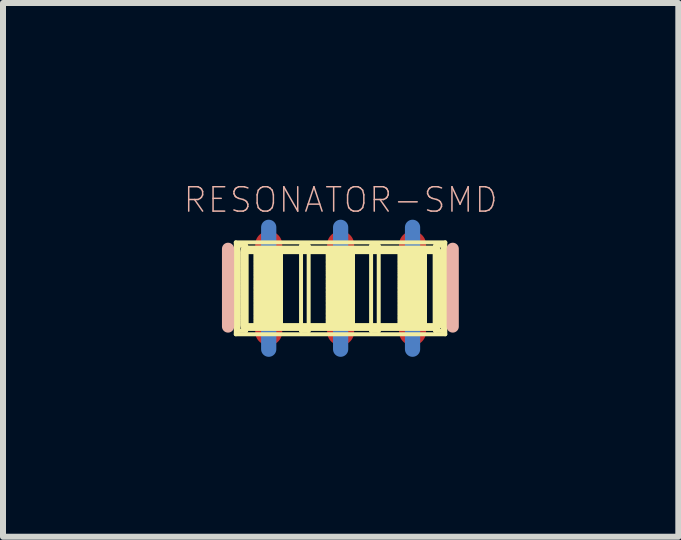
<source format=kicad_pcb>
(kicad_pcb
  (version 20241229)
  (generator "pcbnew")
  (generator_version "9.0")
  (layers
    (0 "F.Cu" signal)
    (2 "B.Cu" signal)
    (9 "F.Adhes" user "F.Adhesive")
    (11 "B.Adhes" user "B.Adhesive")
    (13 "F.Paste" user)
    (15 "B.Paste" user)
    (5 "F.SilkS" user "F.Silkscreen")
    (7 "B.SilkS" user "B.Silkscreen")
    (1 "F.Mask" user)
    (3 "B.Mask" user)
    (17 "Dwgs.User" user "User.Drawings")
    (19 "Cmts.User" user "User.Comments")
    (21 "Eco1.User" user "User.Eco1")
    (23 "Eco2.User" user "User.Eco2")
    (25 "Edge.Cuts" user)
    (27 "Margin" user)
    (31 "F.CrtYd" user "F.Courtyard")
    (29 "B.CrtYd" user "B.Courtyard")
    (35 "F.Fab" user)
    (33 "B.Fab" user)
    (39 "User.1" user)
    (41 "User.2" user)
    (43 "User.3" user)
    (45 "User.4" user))
  (footprint "RESONATOR-SMD"
    (layer "F.Cu")
    (at 2.629 1.756)
    (property "Reference" "RESONATOR-SMD" (at 0 -1.473 0) (layer "B.SilkS") (effects (font (size 0.406 0.406) (thickness 0.025))))
    (attr smd)
    (fp_line (start -1.199 0) (end -1.199 -1.016) (stroke (width 0.254) (type solid)) (layer "B.Cu"))
    (fp_line (start -1.199 1.016) (end -1.199 0) (stroke (width 0.254) (type solid)) (layer "B.Cu"))
    (fp_line (start 0 0) (end 0 -1.016) (stroke (width 0.254) (type solid)) (layer "B.Cu"))
    (fp_line (start 0 0) (end 0 1.016) (stroke (width 0.254) (type solid)) (layer "B.Cu"))
    (fp_line (start 1.199 0) (end 1.199 -1.016) (stroke (width 0.254) (type solid)) (layer "B.Cu"))
    (fp_line (start 1.199 0) (end 1.199 1.016) (stroke (width 0.254) (type solid)) (layer "B.Cu"))
    (fp_line (start -1.748 -0.765) (end 1.745 -0.765) (stroke (width 0.066) (type solid)) (layer "F.SilkS"))
    (fp_line (start -1.748 0.767) (end -1.748 -0.765) (stroke (width 0.066) (type solid)) (layer "F.SilkS"))
    (fp_line (start -1.748 0.767) (end 1.745 0.767) (stroke (width 0.066) (type solid)) (layer "F.SilkS"))
    (fp_line (start -1.702 -0.711) (end -1.575 -0.711) (stroke (width 0.066) (type solid)) (layer "F.SilkS"))
    (fp_line (start -1.702 0.711) (end -1.702 -0.711) (stroke (width 0.066) (type solid)) (layer "F.SilkS"))
    (fp_line (start -1.702 0.711) (end -1.575 0.711) (stroke (width 0.066) (type solid)) (layer "F.SilkS"))
    (fp_line (start -1.633 -0.625) (end 1.641 -0.625) (stroke (width 0.066) (type solid)) (layer "F.SilkS"))
    (fp_line (start -1.633 -0.602) (end -1.633 -0.625) (stroke (width 0.066) (type solid)) (layer "F.SilkS"))
    (fp_line (start -1.633 -0.602) (end -1.61 -0.602) (stroke (width 0.066) (type solid)) (layer "F.SilkS"))
    (fp_line (start -1.633 -0.602) (end 1.641 -0.602) (stroke (width 0.066) (type solid)) (layer "F.SilkS"))
    (fp_line (start -1.633 -0.582) (end -1.633 -0.602) (stroke (width 0.066) (type solid)) (layer "F.SilkS"))
    (fp_line (start -1.633 -0.582) (end -1.61 -0.582) (stroke (width 0.066) (type solid)) (layer "F.SilkS"))
    (fp_line (start -1.633 -0.582) (end -1.61 -0.582) (stroke (width 0.066) (type solid)) (layer "F.SilkS"))
    (fp_line (start -1.633 -0.559) (end -1.633 -0.582) (stroke (width 0.066) (type solid)) (layer "F.SilkS"))
    (fp_line (start -1.633 -0.559) (end -1.61 -0.559) (stroke (width 0.066) (type solid)) (layer "F.SilkS"))
    (fp_line (start -1.633 -0.559) (end -1.61 -0.559) (stroke (width 0.066) (type solid)) (layer "F.SilkS"))
    (fp_line (start -1.633 -0.538) (end -1.633 -0.559) (stroke (width 0.066) (type solid)) (layer "F.SilkS"))
    (fp_line (start -1.633 -0.538) (end -1.61 -0.538) (stroke (width 0.066) (type solid)) (layer "F.SilkS"))
    (fp_line (start -1.633 -0.538) (end -1.61 -0.538) (stroke (width 0.066) (type solid)) (layer "F.SilkS"))
    (fp_line (start -1.633 -0.516) (end -1.633 -0.538) (stroke (width 0.066) (type solid)) (layer "F.SilkS"))
    (fp_line (start -1.633 -0.516) (end -1.61 -0.516) (stroke (width 0.066) (type solid)) (layer "F.SilkS"))
    (fp_line (start -1.633 -0.516) (end -1.61 -0.516) (stroke (width 0.066) (type solid)) (layer "F.SilkS"))
    (fp_line (start -1.633 -0.493) (end -1.633 -0.516) (stroke (width 0.066) (type solid)) (layer "F.SilkS"))
    (fp_line (start -1.633 -0.493) (end -1.61 -0.493) (stroke (width 0.066) (type solid)) (layer "F.SilkS"))
    (fp_line (start -1.633 -0.493) (end -1.61 -0.493) (stroke (width 0.066) (type solid)) (layer "F.SilkS"))
    (fp_line (start -1.633 -0.472) (end -1.633 -0.493) (stroke (width 0.066) (type solid)) (layer "F.SilkS"))
    (fp_line (start -1.633 -0.472) (end -1.61 -0.472) (stroke (width 0.066) (type solid)) (layer "F.SilkS"))
    (fp_line (start -1.633 -0.472) (end -1.61 -0.472) (stroke (width 0.066) (type solid)) (layer "F.SilkS"))
    (fp_line (start -1.633 -0.45) (end -1.633 -0.472) (stroke (width 0.066) (type solid)) (layer "F.SilkS"))
    (fp_line (start -1.633 -0.45) (end -1.61 -0.45) (stroke (width 0.066) (type solid)) (layer "F.SilkS"))
    (fp_line (start -1.633 -0.45) (end -1.61 -0.45) (stroke (width 0.066) (type solid)) (layer "F.SilkS"))
    (fp_line (start -1.633 -0.429) (end -1.633 -0.45) (stroke (width 0.066) (type solid)) (layer "F.SilkS"))
    (fp_line (start -1.633 -0.429) (end -1.61 -0.429) (stroke (width 0.066) (type solid)) (layer "F.SilkS"))
    (fp_line (start -1.633 -0.429) (end -1.61 -0.429) (stroke (width 0.066) (type solid)) (layer "F.SilkS"))
    (fp_line (start -1.633 -0.406) (end -1.633 -0.429) (stroke (width 0.066) (type solid)) (layer "F.SilkS"))
    (fp_line (start -1.633 -0.406) (end -1.61 -0.406) (stroke (width 0.066) (type solid)) (layer "F.SilkS"))
    (fp_line (start -1.633 -0.406) (end -1.61 -0.406) (stroke (width 0.066) (type solid)) (layer "F.SilkS"))
    (fp_line (start -1.633 -0.384) (end -1.633 -0.406) (stroke (width 0.066) (type solid)) (layer "F.SilkS"))
    (fp_line (start -1.633 -0.384) (end -1.61 -0.384) (stroke (width 0.066) (type solid)) (layer "F.SilkS"))
    (fp_line (start -1.633 -0.384) (end -1.61 -0.384) (stroke (width 0.066) (type solid)) (layer "F.SilkS"))
    (fp_line (start -1.633 -0.363) (end -1.633 -0.384) (stroke (width 0.066) (type solid)) (layer "F.SilkS"))
    (fp_line (start -1.633 -0.363) (end -1.61 -0.363) (stroke (width 0.066) (type solid)) (layer "F.SilkS"))
    (fp_line (start -1.633 -0.363) (end -1.61 -0.363) (stroke (width 0.066) (type solid)) (layer "F.SilkS"))
    (fp_line (start -1.633 -0.34) (end -1.633 -0.363) (stroke (width 0.066) (type solid)) (layer "F.SilkS"))
    (fp_line (start -1.633 -0.34) (end -1.61 -0.34) (stroke (width 0.066) (type solid)) (layer "F.SilkS"))
    (fp_line (start -1.633 -0.34) (end -1.61 -0.34) (stroke (width 0.066) (type solid)) (layer "F.SilkS"))
    (fp_line (start -1.633 -0.32) (end -1.633 -0.34) (stroke (width 0.066) (type solid)) (layer "F.SilkS"))
    (fp_line (start -1.633 -0.32) (end -1.61 -0.32) (stroke (width 0.066) (type solid)) (layer "F.SilkS"))
    (fp_line (start -1.633 -0.32) (end -1.61 -0.32) (stroke (width 0.066) (type solid)) (layer "F.SilkS"))
    (fp_line (start -1.633 -0.297) (end -1.633 -0.32) (stroke (width 0.066) (type solid)) (layer "F.SilkS"))
    (fp_line (start -1.633 -0.297) (end -1.61 -0.297) (stroke (width 0.066) (type solid)) (layer "F.SilkS"))
    (fp_line (start -1.633 -0.297) (end -1.61 -0.297) (stroke (width 0.066) (type solid)) (layer "F.SilkS"))
    (fp_line (start -1.633 -0.274) (end -1.633 -0.297) (stroke (width 0.066) (type solid)) (layer "F.SilkS"))
    (fp_line (start -1.633 -0.274) (end -1.61 -0.274) (stroke (width 0.066) (type solid)) (layer "F.SilkS"))
    (fp_line (start -1.633 -0.274) (end -1.61 -0.274) (stroke (width 0.066) (type solid)) (layer "F.SilkS"))
    (fp_line (start -1.633 -0.254) (end -1.633 -0.274) (stroke (width 0.066) (type solid)) (layer "F.SilkS"))
    (fp_line (start -1.633 -0.254) (end -1.61 -0.254) (stroke (width 0.066) (type solid)) (layer "F.SilkS"))
    (fp_line (start -1.633 -0.254) (end -1.61 -0.254) (stroke (width 0.066) (type solid)) (layer "F.SilkS"))
    (fp_line (start -1.633 -0.231) (end -1.633 -0.254) (stroke (width 0.066) (type solid)) (layer "F.SilkS"))
    (fp_line (start -1.633 -0.231) (end -1.61 -0.231) (stroke (width 0.066) (type solid)) (layer "F.SilkS"))
    (fp_line (start -1.633 -0.231) (end -1.61 -0.231) (stroke (width 0.066) (type solid)) (layer "F.SilkS"))
    (fp_line (start -1.633 -0.211) (end -1.633 -0.231) (stroke (width 0.066) (type solid)) (layer "F.SilkS"))
    (fp_line (start -1.633 -0.211) (end -1.61 -0.211) (stroke (width 0.066) (type solid)) (layer "F.SilkS"))
    (fp_line (start -1.633 -0.211) (end -1.61 -0.211) (stroke (width 0.066) (type solid)) (layer "F.SilkS"))
    (fp_line (start -1.633 -0.188) (end -1.633 -0.211) (stroke (width 0.066) (type solid)) (layer "F.SilkS"))
    (fp_line (start -1.633 -0.188) (end -1.61 -0.188) (stroke (width 0.066) (type solid)) (layer "F.SilkS"))
    (fp_line (start -1.633 -0.188) (end -1.61 -0.188) (stroke (width 0.066) (type solid)) (layer "F.SilkS"))
    (fp_line (start -1.633 -0.165) (end -1.633 -0.188) (stroke (width 0.066) (type solid)) (layer "F.SilkS"))
    (fp_line (start -1.633 -0.165) (end -1.61 -0.165) (stroke (width 0.066) (type solid)) (layer "F.SilkS"))
    (fp_line (start -1.633 -0.165) (end -1.61 -0.165) (stroke (width 0.066) (type solid)) (layer "F.SilkS"))
    (fp_line (start -1.633 -0.145) (end -1.633 -0.165) (stroke (width 0.066) (type solid)) (layer "F.SilkS"))
    (fp_line (start -1.633 -0.145) (end -1.61 -0.145) (stroke (width 0.066) (type solid)) (layer "F.SilkS"))
    (fp_line (start -1.633 -0.145) (end -1.61 -0.145) (stroke (width 0.066) (type solid)) (layer "F.SilkS"))
    (fp_line (start -1.633 -0.122) (end -1.633 -0.145) (stroke (width 0.066) (type solid)) (layer "F.SilkS"))
    (fp_line (start -1.633 -0.122) (end -1.61 -0.122) (stroke (width 0.066) (type solid)) (layer "F.SilkS"))
    (fp_line (start -1.633 -0.122) (end -1.61 -0.122) (stroke (width 0.066) (type solid)) (layer "F.SilkS"))
    (fp_line (start -1.633 -0.102) (end -1.633 -0.122) (stroke (width 0.066) (type solid)) (layer "F.SilkS"))
    (fp_line (start -1.633 -0.102) (end -1.61 -0.102) (stroke (width 0.066) (type solid)) (layer "F.SilkS"))
    (fp_line (start -1.633 -0.102) (end -1.61 -0.102) (stroke (width 0.066) (type solid)) (layer "F.SilkS"))
    (fp_line (start -1.633 -0.079) (end -1.633 -0.102) (stroke (width 0.066) (type solid)) (layer "F.SilkS"))
    (fp_line (start -1.633 -0.079) (end -1.61 -0.079) (stroke (width 0.066) (type solid)) (layer "F.SilkS"))
    (fp_line (start -1.633 -0.079) (end -1.61 -0.079) (stroke (width 0.066) (type solid)) (layer "F.SilkS"))
    (fp_line (start -1.633 -0.056) (end -1.633 -0.079) (stroke (width 0.066) (type solid)) (layer "F.SilkS"))
    (fp_line (start -1.633 -0.056) (end -1.61 -0.056) (stroke (width 0.066) (type solid)) (layer "F.SilkS"))
    (fp_line (start -1.633 -0.056) (end -1.61 -0.056) (stroke (width 0.066) (type solid)) (layer "F.SilkS"))
    (fp_line (start -1.633 -0.036) (end -1.633 -0.056) (stroke (width 0.066) (type solid)) (layer "F.SilkS"))
    (fp_line (start -1.633 -0.036) (end -1.61 -0.036) (stroke (width 0.066) (type solid)) (layer "F.SilkS"))
    (fp_line (start -1.633 -0.036) (end -1.61 -0.036) (stroke (width 0.066) (type solid)) (layer "F.SilkS"))
    (fp_line (start -1.633 -0.013) (end -1.633 -0.036) (stroke (width 0.066) (type solid)) (layer "F.SilkS"))
    (fp_line (start -1.633 -0.013) (end -1.61 -0.013) (stroke (width 0.066) (type solid)) (layer "F.SilkS"))
    (fp_line (start -1.633 -0.013) (end -1.61 -0.013) (stroke (width 0.066) (type solid)) (layer "F.SilkS"))
    (fp_line (start -1.633 0.005) (end -1.633 -0.013) (stroke (width 0.066) (type solid)) (layer "F.SilkS"))
    (fp_line (start -1.633 0.005) (end -1.61 0.005) (stroke (width 0.066) (type solid)) (layer "F.SilkS"))
    (fp_line (start -1.633 0.005) (end -1.61 0.005) (stroke (width 0.066) (type solid)) (layer "F.SilkS"))
    (fp_line (start -1.633 0.028) (end -1.633 0.005) (stroke (width 0.066) (type solid)) (layer "F.SilkS"))
    (fp_line (start -1.633 0.028) (end -1.61 0.028) (stroke (width 0.066) (type solid)) (layer "F.SilkS"))
    (fp_line (start -1.633 0.028) (end -1.61 0.028) (stroke (width 0.066) (type solid)) (layer "F.SilkS"))
    (fp_line (start -1.633 0.051) (end -1.633 0.028) (stroke (width 0.066) (type solid)) (layer "F.SilkS"))
    (fp_line (start -1.633 0.051) (end -1.61 0.051) (stroke (width 0.066) (type solid)) (layer "F.SilkS"))
    (fp_line (start -1.633 0.051) (end -1.61 0.051) (stroke (width 0.066) (type solid)) (layer "F.SilkS"))
    (fp_line (start -1.633 0.071) (end -1.633 0.051) (stroke (width 0.066) (type solid)) (layer "F.SilkS"))
    (fp_line (start -1.633 0.071) (end -1.61 0.071) (stroke (width 0.066) (type solid)) (layer "F.SilkS"))
    (fp_line (start -1.633 0.071) (end -1.61 0.071) (stroke (width 0.066) (type solid)) (layer "F.SilkS"))
    (fp_line (start -1.633 0.094) (end -1.633 0.071) (stroke (width 0.066) (type solid)) (layer "F.SilkS"))
    (fp_line (start -1.633 0.094) (end -1.61 0.094) (stroke (width 0.066) (type solid)) (layer "F.SilkS"))
    (fp_line (start -1.633 0.094) (end -1.61 0.094) (stroke (width 0.066) (type solid)) (layer "F.SilkS"))
    (fp_line (start -1.633 0.114) (end -1.633 0.094) (stroke (width 0.066) (type solid)) (layer "F.SilkS"))
    (fp_line (start -1.633 0.114) (end -1.61 0.114) (stroke (width 0.066) (type solid)) (layer "F.SilkS"))
    (fp_line (start -1.633 0.114) (end -1.61 0.114) (stroke (width 0.066) (type solid)) (layer "F.SilkS"))
    (fp_line (start -1.633 0.137) (end -1.633 0.114) (stroke (width 0.066) (type solid)) (layer "F.SilkS"))
    (fp_line (start -1.633 0.137) (end -1.61 0.137) (stroke (width 0.066) (type solid)) (layer "F.SilkS"))
    (fp_line (start -1.633 0.137) (end -1.61 0.137) (stroke (width 0.066) (type solid)) (layer "F.SilkS"))
    (fp_line (start -1.633 0.16) (end -1.633 0.137) (stroke (width 0.066) (type solid)) (layer "F.SilkS"))
    (fp_line (start -1.633 0.16) (end -1.61 0.16) (stroke (width 0.066) (type solid)) (layer "F.SilkS"))
    (fp_line (start -1.633 0.16) (end -1.61 0.16) (stroke (width 0.066) (type solid)) (layer "F.SilkS"))
    (fp_line (start -1.633 0.18) (end -1.633 0.16) (stroke (width 0.066) (type solid)) (layer "F.SilkS"))
    (fp_line (start -1.633 0.18) (end -1.61 0.18) (stroke (width 0.066) (type solid)) (layer "F.SilkS"))
    (fp_line (start -1.633 0.18) (end -1.61 0.18) (stroke (width 0.066) (type solid)) (layer "F.SilkS"))
    (fp_line (start -1.633 0.203) (end -1.633 0.18) (stroke (width 0.066) (type solid)) (layer "F.SilkS"))
    (fp_line (start -1.633 0.203) (end -1.61 0.203) (stroke (width 0.066) (type solid)) (layer "F.SilkS"))
    (fp_line (start -1.633 0.203) (end -1.61 0.203) (stroke (width 0.066) (type solid)) (layer "F.SilkS"))
    (fp_line (start -1.633 0.224) (end -1.633 0.203) (stroke (width 0.066) (type solid)) (layer "F.SilkS"))
    (fp_line (start -1.633 0.224) (end -1.61 0.224) (stroke (width 0.066) (type solid)) (layer "F.SilkS"))
    (fp_line (start -1.633 0.224) (end -1.61 0.224) (stroke (width 0.066) (type solid)) (layer "F.SilkS"))
    (fp_line (start -1.633 0.246) (end -1.633 0.224) (stroke (width 0.066) (type solid)) (layer "F.SilkS"))
    (fp_line (start -1.633 0.246) (end -1.61 0.246) (stroke (width 0.066) (type solid)) (layer "F.SilkS"))
    (fp_line (start -1.633 0.246) (end -1.61 0.246) (stroke (width 0.066) (type solid)) (layer "F.SilkS"))
    (fp_line (start -1.633 0.269) (end -1.633 0.246) (stroke (width 0.066) (type solid)) (layer "F.SilkS"))
    (fp_line (start -1.633 0.269) (end -1.61 0.269) (stroke (width 0.066) (type solid)) (layer "F.SilkS"))
    (fp_line (start -1.633 0.269) (end -1.61 0.269) (stroke (width 0.066) (type solid)) (layer "F.SilkS"))
    (fp_line (start -1.633 0.29) (end -1.633 0.269) (stroke (width 0.066) (type solid)) (layer "F.SilkS"))
    (fp_line (start -1.633 0.29) (end -1.61 0.29) (stroke (width 0.066) (type solid)) (layer "F.SilkS"))
    (fp_line (start -1.633 0.29) (end -1.61 0.29) (stroke (width 0.066) (type solid)) (layer "F.SilkS"))
    (fp_line (start -1.633 0.312) (end -1.633 0.29) (stroke (width 0.066) (type solid)) (layer "F.SilkS"))
    (fp_line (start -1.633 0.312) (end -1.61 0.312) (stroke (width 0.066) (type solid)) (layer "F.SilkS"))
    (fp_line (start -1.633 0.312) (end -1.61 0.312) (stroke (width 0.066) (type solid)) (layer "F.SilkS"))
    (fp_line (start -1.633 0.333) (end -1.633 0.312) (stroke (width 0.066) (type solid)) (layer "F.SilkS"))
    (fp_line (start -1.633 0.333) (end -1.61 0.333) (stroke (width 0.066) (type solid)) (layer "F.SilkS"))
    (fp_line (start -1.633 0.333) (end -1.61 0.333) (stroke (width 0.066) (type solid)) (layer "F.SilkS"))
    (fp_line (start -1.633 0.356) (end -1.633 0.333) (stroke (width 0.066) (type solid)) (layer "F.SilkS"))
    (fp_line (start -1.633 0.356) (end -1.61 0.356) (stroke (width 0.066) (type solid)) (layer "F.SilkS"))
    (fp_line (start -1.633 0.356) (end -1.61 0.356) (stroke (width 0.066) (type solid)) (layer "F.SilkS"))
    (fp_line (start -1.633 0.378) (end -1.633 0.356) (stroke (width 0.066) (type solid)) (layer "F.SilkS"))
    (fp_line (start -1.633 0.378) (end -1.61 0.378) (stroke (width 0.066) (type solid)) (layer "F.SilkS"))
    (fp_line (start -1.633 0.378) (end -1.61 0.378) (stroke (width 0.066) (type solid)) (layer "F.SilkS"))
    (fp_line (start -1.633 0.399) (end -1.633 0.378) (stroke (width 0.066) (type solid)) (layer "F.SilkS"))
    (fp_line (start -1.633 0.399) (end -1.61 0.399) (stroke (width 0.066) (type solid)) (layer "F.SilkS"))
    (fp_line (start -1.633 0.399) (end -1.61 0.399) (stroke (width 0.066) (type solid)) (layer "F.SilkS"))
    (fp_line (start -1.633 0.422) (end -1.633 0.399) (stroke (width 0.066) (type solid)) (layer "F.SilkS"))
    (fp_line (start -1.633 0.422) (end -1.61 0.422) (stroke (width 0.066) (type solid)) (layer "F.SilkS"))
    (fp_line (start -1.633 0.422) (end -1.61 0.422) (stroke (width 0.066) (type solid)) (layer "F.SilkS"))
    (fp_line (start -1.633 0.442) (end -1.633 0.422) (stroke (width 0.066) (type solid)) (layer "F.SilkS"))
    (fp_line (start -1.633 0.442) (end -1.61 0.442) (stroke (width 0.066) (type solid)) (layer "F.SilkS"))
    (fp_line (start -1.633 0.442) (end -1.61 0.442) (stroke (width 0.066) (type solid)) (layer "F.SilkS"))
    (fp_line (start -1.633 0.465) (end -1.633 0.442) (stroke (width 0.066) (type solid)) (layer "F.SilkS"))
    (fp_line (start -1.633 0.465) (end -1.61 0.465) (stroke (width 0.066) (type solid)) (layer "F.SilkS"))
    (fp_line (start -1.633 0.465) (end -1.61 0.465) (stroke (width 0.066) (type solid)) (layer "F.SilkS"))
    (fp_line (start -1.633 0.488) (end -1.633 0.465) (stroke (width 0.066) (type solid)) (layer "F.SilkS"))
    (fp_line (start -1.633 0.488) (end -1.61 0.488) (stroke (width 0.066) (type solid)) (layer "F.SilkS"))
    (fp_line (start -1.633 0.488) (end -1.61 0.488) (stroke (width 0.066) (type solid)) (layer "F.SilkS"))
    (fp_line (start -1.633 0.508) (end -1.633 0.488) (stroke (width 0.066) (type solid)) (layer "F.SilkS"))
    (fp_line (start -1.633 0.508) (end -1.61 0.508) (stroke (width 0.066) (type solid)) (layer "F.SilkS"))
    (fp_line (start -1.633 0.508) (end -1.61 0.508) (stroke (width 0.066) (type solid)) (layer "F.SilkS"))
    (fp_line (start -1.633 0.531) (end -1.633 0.508) (stroke (width 0.066) (type solid)) (layer "F.SilkS"))
    (fp_line (start -1.633 0.531) (end -1.61 0.531) (stroke (width 0.066) (type solid)) (layer "F.SilkS"))
    (fp_line (start -1.633 0.531) (end -1.61 0.531) (stroke (width 0.066) (type solid)) (layer "F.SilkS"))
    (fp_line (start -1.633 0.551) (end -1.633 0.531) (stroke (width 0.066) (type solid)) (layer "F.SilkS"))
    (fp_line (start -1.633 0.551) (end -1.61 0.551) (stroke (width 0.066) (type solid)) (layer "F.SilkS"))
    (fp_line (start -1.633 0.551) (end -1.61 0.551) (stroke (width 0.066) (type solid)) (layer "F.SilkS"))
    (fp_line (start -1.633 0.574) (end -1.633 0.551) (stroke (width 0.066) (type solid)) (layer "F.SilkS"))
    (fp_line (start -1.633 0.574) (end -1.61 0.574) (stroke (width 0.066) (type solid)) (layer "F.SilkS"))
    (fp_line (start -1.633 0.574) (end -1.61 0.574) (stroke (width 0.066) (type solid)) (layer "F.SilkS"))
    (fp_line (start -1.633 0.597) (end -1.633 0.574) (stroke (width 0.066) (type solid)) (layer "F.SilkS"))
    (fp_line (start -1.633 0.597) (end -1.61 0.597) (stroke (width 0.066) (type solid)) (layer "F.SilkS"))
    (fp_line (start -1.633 0.597) (end -1.61 0.597) (stroke (width 0.066) (type solid)) (layer "F.SilkS"))
    (fp_line (start -1.633 0.617) (end -1.633 0.597) (stroke (width 0.066) (type solid)) (layer "F.SilkS"))
    (fp_line (start -1.633 0.617) (end -1.61 0.617) (stroke (width 0.066) (type solid)) (layer "F.SilkS"))
    (fp_line (start -1.633 0.617) (end 1.641 0.617) (stroke (width 0.066) (type solid)) (layer "F.SilkS"))
    (fp_line (start -1.633 0.64) (end -1.633 0.617) (stroke (width 0.066) (type solid)) (layer "F.SilkS"))
    (fp_line (start -1.633 0.64) (end 1.641 0.64) (stroke (width 0.066) (type solid)) (layer "F.SilkS"))
    (fp_line (start -1.61 -0.582) (end -1.61 -0.602) (stroke (width 0.066) (type solid)) (layer "F.SilkS"))
    (fp_line (start -1.61 -0.559) (end -1.61 -0.582) (stroke (width 0.066) (type solid)) (layer "F.SilkS"))
    (fp_line (start -1.61 -0.538) (end -1.61 -0.559) (stroke (width 0.066) (type solid)) (layer "F.SilkS"))
    (fp_line (start -1.61 -0.516) (end -1.61 -0.538) (stroke (width 0.066) (type solid)) (layer "F.SilkS"))
    (fp_line (start -1.61 -0.493) (end -1.61 -0.516) (stroke (width 0.066) (type solid)) (layer "F.SilkS"))
    (fp_line (start -1.61 -0.472) (end -1.61 -0.493) (stroke (width 0.066) (type solid)) (layer "F.SilkS"))
    (fp_line (start -1.61 -0.45) (end -1.61 -0.472) (stroke (width 0.066) (type solid)) (layer "F.SilkS"))
    (fp_line (start -1.61 -0.429) (end -1.61 -0.45) (stroke (width 0.066) (type solid)) (layer "F.SilkS"))
    (fp_line (start -1.61 -0.406) (end -1.61 -0.429) (stroke (width 0.066) (type solid)) (layer "F.SilkS"))
    (fp_line (start -1.61 -0.384) (end -1.61 -0.406) (stroke (width 0.066) (type solid)) (layer "F.SilkS"))
    (fp_line (start -1.61 -0.363) (end -1.61 -0.384) (stroke (width 0.066) (type solid)) (layer "F.SilkS"))
    (fp_line (start -1.61 -0.34) (end -1.61 -0.363) (stroke (width 0.066) (type solid)) (layer "F.SilkS"))
    (fp_line (start -1.61 -0.32) (end -1.61 -0.34) (stroke (width 0.066) (type solid)) (layer "F.SilkS"))
    (fp_line (start -1.61 -0.297) (end -1.61 -0.32) (stroke (width 0.066) (type solid)) (layer "F.SilkS"))
    (fp_line (start -1.61 -0.274) (end -1.61 -0.297) (stroke (width 0.066) (type solid)) (layer "F.SilkS"))
    (fp_line (start -1.61 -0.254) (end -1.61 -0.274) (stroke (width 0.066) (type solid)) (layer "F.SilkS"))
    (fp_line (start -1.61 -0.231) (end -1.61 -0.254) (stroke (width 0.066) (type solid)) (layer "F.SilkS"))
    (fp_line (start -1.61 -0.211) (end -1.61 -0.231) (stroke (width 0.066) (type solid)) (layer "F.SilkS"))
    (fp_line (start -1.61 -0.188) (end -1.61 -0.211) (stroke (width 0.066) (type solid)) (layer "F.SilkS"))
    (fp_line (start -1.61 -0.165) (end -1.61 -0.188) (stroke (width 0.066) (type solid)) (layer "F.SilkS"))
    (fp_line (start -1.61 -0.145) (end -1.61 -0.165) (stroke (width 0.066) (type solid)) (layer "F.SilkS"))
    (fp_line (start -1.61 -0.122) (end -1.61 -0.145) (stroke (width 0.066) (type solid)) (layer "F.SilkS"))
    (fp_line (start -1.61 -0.102) (end -1.61 -0.122) (stroke (width 0.066) (type solid)) (layer "F.SilkS"))
    (fp_line (start -1.61 -0.079) (end -1.61 -0.102) (stroke (width 0.066) (type solid)) (layer "F.SilkS"))
    (fp_line (start -1.61 -0.056) (end -1.61 -0.079) (stroke (width 0.066) (type solid)) (layer "F.SilkS"))
    (fp_line (start -1.61 -0.036) (end -1.61 -0.056) (stroke (width 0.066) (type solid)) (layer "F.SilkS"))
    (fp_line (start -1.61 -0.013) (end -1.61 -0.036) (stroke (width 0.066) (type solid)) (layer "F.SilkS"))
    (fp_line (start -1.61 0.005) (end -1.61 -0.013) (stroke (width 0.066) (type solid)) (layer "F.SilkS"))
    (fp_line (start -1.61 0.028) (end -1.61 0.005) (stroke (width 0.066) (type solid)) (layer "F.SilkS"))
    (fp_line (start -1.61 0.051) (end -1.61 0.028) (stroke (width 0.066) (type solid)) (layer "F.SilkS"))
    (fp_line (start -1.61 0.071) (end -1.61 0.051) (stroke (width 0.066) (type solid)) (layer "F.SilkS"))
    (fp_line (start -1.61 0.094) (end -1.61 0.071) (stroke (width 0.066) (type solid)) (layer "F.SilkS"))
    (fp_line (start -1.61 0.114) (end -1.61 0.094) (stroke (width 0.066) (type solid)) (layer "F.SilkS"))
    (fp_line (start -1.61 0.137) (end -1.61 0.114) (stroke (width 0.066) (type solid)) (layer "F.SilkS"))
    (fp_line (start -1.61 0.16) (end -1.61 0.137) (stroke (width 0.066) (type solid)) (layer "F.SilkS"))
    (fp_line (start -1.61 0.18) (end -1.61 0.16) (stroke (width 0.066) (type solid)) (layer "F.SilkS"))
    (fp_line (start -1.61 0.203) (end -1.61 0.18) (stroke (width 0.066) (type solid)) (layer "F.SilkS"))
    (fp_line (start -1.61 0.224) (end -1.61 0.203) (stroke (width 0.066) (type solid)) (layer "F.SilkS"))
    (fp_line (start -1.61 0.246) (end -1.61 0.224) (stroke (width 0.066) (type solid)) (layer "F.SilkS"))
    (fp_line (start -1.61 0.269) (end -1.61 0.246) (stroke (width 0.066) (type solid)) (layer "F.SilkS"))
    (fp_line (start -1.61 0.29) (end -1.61 0.269) (stroke (width 0.066) (type solid)) (layer "F.SilkS"))
    (fp_line (start -1.61 0.312) (end -1.61 0.29) (stroke (width 0.066) (type solid)) (layer "F.SilkS"))
    (fp_line (start -1.61 0.333) (end -1.61 0.312) (stroke (width 0.066) (type solid)) (layer "F.SilkS"))
    (fp_line (start -1.61 0.356) (end -1.61 0.333) (stroke (width 0.066) (type solid)) (layer "F.SilkS"))
    (fp_line (start -1.61 0.378) (end -1.61 0.356) (stroke (width 0.066) (type solid)) (layer "F.SilkS"))
    (fp_line (start -1.61 0.399) (end -1.61 0.378) (stroke (width 0.066) (type solid)) (layer "F.SilkS"))
    (fp_line (start -1.61 0.422) (end -1.61 0.399) (stroke (width 0.066) (type solid)) (layer "F.SilkS"))
    (fp_line (start -1.61 0.442) (end -1.61 0.422) (stroke (width 0.066) (type solid)) (layer "F.SilkS"))
    (fp_line (start -1.61 0.465) (end -1.61 0.442) (stroke (width 0.066) (type solid)) (layer "F.SilkS"))
    (fp_line (start -1.61 0.488) (end -1.61 0.465) (stroke (width 0.066) (type solid)) (layer "F.SilkS"))
    (fp_line (start -1.61 0.508) (end -1.61 0.488) (stroke (width 0.066) (type solid)) (layer "F.SilkS"))
    (fp_line (start -1.61 0.531) (end -1.61 0.508) (stroke (width 0.066) (type solid)) (layer "F.SilkS"))
    (fp_line (start -1.61 0.551) (end -1.61 0.531) (stroke (width 0.066) (type solid)) (layer "F.SilkS"))
    (fp_line (start -1.61 0.574) (end -1.61 0.551) (stroke (width 0.066) (type solid)) (layer "F.SilkS"))
    (fp_line (start -1.61 0.597) (end -1.61 0.574) (stroke (width 0.066) (type solid)) (layer "F.SilkS"))
    (fp_line (start -1.61 0.617) (end -1.61 0.597) (stroke (width 0.066) (type solid)) (layer "F.SilkS"))
    (fp_line (start -1.598 -0.648) (end 1.598 -0.648) (stroke (width 0.127) (type solid)) (layer "F.SilkS"))
    (fp_line (start -1.598 0.648) (end -1.598 -0.648) (stroke (width 0.127) (type solid)) (layer "F.SilkS"))
    (fp_line (start -1.575 0.711) (end -1.575 -0.711) (stroke (width 0.066) (type solid)) (layer "F.SilkS"))
    (fp_line (start -1.415 -0.602) (end -0.998 -0.602) (stroke (width 0.066) (type solid)) (layer "F.SilkS"))
    (fp_line (start -1.415 -0.582) (end -1.415 -0.602) (stroke (width 0.066) (type solid)) (layer "F.SilkS"))
    (fp_line (start -1.415 -0.582) (end -0.998 -0.582) (stroke (width 0.066) (type solid)) (layer "F.SilkS"))
    (fp_line (start -1.415 -0.582) (end -0.998 -0.582) (stroke (width 0.066) (type solid)) (layer "F.SilkS"))
    (fp_line (start -1.415 -0.559) (end -1.415 -0.582) (stroke (width 0.066) (type solid)) (layer "F.SilkS"))
    (fp_line (start -1.415 -0.559) (end -0.998 -0.559) (stroke (width 0.066) (type solid)) (layer "F.SilkS"))
    (fp_line (start -1.415 -0.559) (end -0.998 -0.559) (stroke (width 0.066) (type solid)) (layer "F.SilkS"))
    (fp_line (start -1.415 -0.538) (end -1.415 -0.559) (stroke (width 0.066) (type solid)) (layer "F.SilkS"))
    (fp_line (start -1.415 -0.538) (end -0.998 -0.538) (stroke (width 0.066) (type solid)) (layer "F.SilkS"))
    (fp_line (start -1.415 -0.538) (end -0.998 -0.538) (stroke (width 0.066) (type solid)) (layer "F.SilkS"))
    (fp_line (start -1.415 -0.516) (end -1.415 -0.538) (stroke (width 0.066) (type solid)) (layer "F.SilkS"))
    (fp_line (start -1.415 -0.516) (end -0.998 -0.516) (stroke (width 0.066) (type solid)) (layer "F.SilkS"))
    (fp_line (start -1.415 -0.516) (end -0.998 -0.516) (stroke (width 0.066) (type solid)) (layer "F.SilkS"))
    (fp_line (start -1.415 -0.493) (end -1.415 -0.516) (stroke (width 0.066) (type solid)) (layer "F.SilkS"))
    (fp_line (start -1.415 -0.493) (end -0.998 -0.493) (stroke (width 0.066) (type solid)) (layer "F.SilkS"))
    (fp_line (start -1.415 -0.493) (end -0.998 -0.493) (stroke (width 0.066) (type solid)) (layer "F.SilkS"))
    (fp_line (start -1.415 -0.472) (end -1.415 -0.493) (stroke (width 0.066) (type solid)) (layer "F.SilkS"))
    (fp_line (start -1.415 -0.472) (end -0.998 -0.472) (stroke (width 0.066) (type solid)) (layer "F.SilkS"))
    (fp_line (start -1.415 -0.472) (end -0.998 -0.472) (stroke (width 0.066) (type solid)) (layer "F.SilkS"))
    (fp_line (start -1.415 -0.45) (end -1.415 -0.472) (stroke (width 0.066) (type solid)) (layer "F.SilkS"))
    (fp_line (start -1.415 -0.45) (end -0.998 -0.45) (stroke (width 0.066) (type solid)) (layer "F.SilkS"))
    (fp_line (start -1.415 -0.45) (end -0.998 -0.45) (stroke (width 0.066) (type solid)) (layer "F.SilkS"))
    (fp_line (start -1.415 -0.429) (end -1.415 -0.45) (stroke (width 0.066) (type solid)) (layer "F.SilkS"))
    (fp_line (start -1.415 -0.429) (end -0.998 -0.429) (stroke (width 0.066) (type solid)) (layer "F.SilkS"))
    (fp_line (start -1.415 -0.429) (end -0.998 -0.429) (stroke (width 0.066) (type solid)) (layer "F.SilkS"))
    (fp_line (start -1.415 -0.406) (end -1.415 -0.429) (stroke (width 0.066) (type solid)) (layer "F.SilkS"))
    (fp_line (start -1.415 -0.406) (end -0.998 -0.406) (stroke (width 0.066) (type solid)) (layer "F.SilkS"))
    (fp_line (start -1.415 -0.406) (end -0.998 -0.406) (stroke (width 0.066) (type solid)) (layer "F.SilkS"))
    (fp_line (start -1.415 -0.384) (end -1.415 -0.406) (stroke (width 0.066) (type solid)) (layer "F.SilkS"))
    (fp_line (start -1.415 -0.384) (end -0.998 -0.384) (stroke (width 0.066) (type solid)) (layer "F.SilkS"))
    (fp_line (start -1.415 -0.384) (end -0.998 -0.384) (stroke (width 0.066) (type solid)) (layer "F.SilkS"))
    (fp_line (start -1.415 -0.363) (end -1.415 -0.384) (stroke (width 0.066) (type solid)) (layer "F.SilkS"))
    (fp_line (start -1.415 -0.363) (end -0.998 -0.363) (stroke (width 0.066) (type solid)) (layer "F.SilkS"))
    (fp_line (start -1.415 -0.363) (end -0.998 -0.363) (stroke (width 0.066) (type solid)) (layer "F.SilkS"))
    (fp_line (start -1.415 -0.34) (end -1.415 -0.363) (stroke (width 0.066) (type solid)) (layer "F.SilkS"))
    (fp_line (start -1.415 -0.34) (end -0.998 -0.34) (stroke (width 0.066) (type solid)) (layer "F.SilkS"))
    (fp_line (start -1.415 -0.34) (end -0.998 -0.34) (stroke (width 0.066) (type solid)) (layer "F.SilkS"))
    (fp_line (start -1.415 -0.32) (end -1.415 -0.34) (stroke (width 0.066) (type solid)) (layer "F.SilkS"))
    (fp_line (start -1.415 -0.32) (end -0.998 -0.32) (stroke (width 0.066) (type solid)) (layer "F.SilkS"))
    (fp_line (start -1.415 -0.32) (end -0.998 -0.32) (stroke (width 0.066) (type solid)) (layer "F.SilkS"))
    (fp_line (start -1.415 -0.297) (end -1.415 -0.32) (stroke (width 0.066) (type solid)) (layer "F.SilkS"))
    (fp_line (start -1.415 -0.297) (end -0.998 -0.297) (stroke (width 0.066) (type solid)) (layer "F.SilkS"))
    (fp_line (start -1.415 -0.297) (end -0.998 -0.297) (stroke (width 0.066) (type solid)) (layer "F.SilkS"))
    (fp_line (start -1.415 -0.274) (end -1.415 -0.297) (stroke (width 0.066) (type solid)) (layer "F.SilkS"))
    (fp_line (start -1.415 -0.274) (end -0.998 -0.274) (stroke (width 0.066) (type solid)) (layer "F.SilkS"))
    (fp_line (start -1.415 -0.274) (end -0.998 -0.274) (stroke (width 0.066) (type solid)) (layer "F.SilkS"))
    (fp_line (start -1.415 -0.254) (end -1.415 -0.274) (stroke (width 0.066) (type solid)) (layer "F.SilkS"))
    (fp_line (start -1.415 -0.254) (end -0.998 -0.254) (stroke (width 0.066) (type solid)) (layer "F.SilkS"))
    (fp_line (start -1.415 -0.254) (end -0.998 -0.254) (stroke (width 0.066) (type solid)) (layer "F.SilkS"))
    (fp_line (start -1.415 -0.231) (end -1.415 -0.254) (stroke (width 0.066) (type solid)) (layer "F.SilkS"))
    (fp_line (start -1.415 -0.231) (end -0.998 -0.231) (stroke (width 0.066) (type solid)) (layer "F.SilkS"))
    (fp_line (start -1.415 -0.231) (end -0.998 -0.231) (stroke (width 0.066) (type solid)) (layer "F.SilkS"))
    (fp_line (start -1.415 -0.211) (end -1.415 -0.231) (stroke (width 0.066) (type solid)) (layer "F.SilkS"))
    (fp_line (start -1.415 -0.211) (end -0.998 -0.211) (stroke (width 0.066) (type solid)) (layer "F.SilkS"))
    (fp_line (start -1.415 -0.211) (end -0.998 -0.211) (stroke (width 0.066) (type solid)) (layer "F.SilkS"))
    (fp_line (start -1.415 -0.188) (end -1.415 -0.211) (stroke (width 0.066) (type solid)) (layer "F.SilkS"))
    (fp_line (start -1.415 -0.188) (end -0.998 -0.188) (stroke (width 0.066) (type solid)) (layer "F.SilkS"))
    (fp_line (start -1.415 -0.188) (end -0.998 -0.188) (stroke (width 0.066) (type solid)) (layer "F.SilkS"))
    (fp_line (start -1.415 -0.165) (end -1.415 -0.188) (stroke (width 0.066) (type solid)) (layer "F.SilkS"))
    (fp_line (start -1.415 -0.165) (end -0.998 -0.165) (stroke (width 0.066) (type solid)) (layer "F.SilkS"))
    (fp_line (start -1.415 -0.165) (end -0.998 -0.165) (stroke (width 0.066) (type solid)) (layer "F.SilkS"))
    (fp_line (start -1.415 -0.145) (end -1.415 -0.165) (stroke (width 0.066) (type solid)) (layer "F.SilkS"))
    (fp_line (start -1.415 -0.145) (end -0.998 -0.145) (stroke (width 0.066) (type solid)) (layer "F.SilkS"))
    (fp_line (start -1.415 -0.145) (end -0.998 -0.145) (stroke (width 0.066) (type solid)) (layer "F.SilkS"))
    (fp_line (start -1.415 -0.122) (end -1.415 -0.145) (stroke (width 0.066) (type solid)) (layer "F.SilkS"))
    (fp_line (start -1.415 -0.122) (end -0.998 -0.122) (stroke (width 0.066) (type solid)) (layer "F.SilkS"))
    (fp_line (start -1.415 -0.122) (end -0.998 -0.122) (stroke (width 0.066) (type solid)) (layer "F.SilkS"))
    (fp_line (start -1.415 -0.102) (end -1.415 -0.122) (stroke (width 0.066) (type solid)) (layer "F.SilkS"))
    (fp_line (start -1.415 -0.102) (end -0.998 -0.102) (stroke (width 0.066) (type solid)) (layer "F.SilkS"))
    (fp_line (start -1.415 -0.102) (end -0.998 -0.102) (stroke (width 0.066) (type solid)) (layer "F.SilkS"))
    (fp_line (start -1.415 -0.079) (end -1.415 -0.102) (stroke (width 0.066) (type solid)) (layer "F.SilkS"))
    (fp_line (start -1.415 -0.079) (end -0.998 -0.079) (stroke (width 0.066) (type solid)) (layer "F.SilkS"))
    (fp_line (start -1.415 -0.079) (end -0.998 -0.079) (stroke (width 0.066) (type solid)) (layer "F.SilkS"))
    (fp_line (start -1.415 -0.056) (end -1.415 -0.079) (stroke (width 0.066) (type solid)) (layer "F.SilkS"))
    (fp_line (start -1.415 -0.056) (end -0.998 -0.056) (stroke (width 0.066) (type solid)) (layer "F.SilkS"))
    (fp_line (start -1.415 -0.056) (end -0.998 -0.056) (stroke (width 0.066) (type solid)) (layer "F.SilkS"))
    (fp_line (start -1.415 -0.036) (end -1.415 -0.056) (stroke (width 0.066) (type solid)) (layer "F.SilkS"))
    (fp_line (start -1.415 -0.036) (end -0.998 -0.036) (stroke (width 0.066) (type solid)) (layer "F.SilkS"))
    (fp_line (start -1.415 -0.036) (end -0.998 -0.036) (stroke (width 0.066) (type solid)) (layer "F.SilkS"))
    (fp_line (start -1.415 -0.013) (end -1.415 -0.036) (stroke (width 0.066) (type solid)) (layer "F.SilkS"))
    (fp_line (start -1.415 -0.013) (end -0.998 -0.013) (stroke (width 0.066) (type solid)) (layer "F.SilkS"))
    (fp_line (start -1.415 -0.013) (end -0.998 -0.013) (stroke (width 0.066) (type solid)) (layer "F.SilkS"))
    (fp_line (start -1.415 0.005) (end -1.415 -0.013) (stroke (width 0.066) (type solid)) (layer "F.SilkS"))
    (fp_line (start -1.415 0.005) (end -0.998 0.005) (stroke (width 0.066) (type solid)) (layer "F.SilkS"))
    (fp_line (start -1.415 0.005) (end -0.998 0.005) (stroke (width 0.066) (type solid)) (layer "F.SilkS"))
    (fp_line (start -1.415 0.028) (end -1.415 0.005) (stroke (width 0.066) (type solid)) (layer "F.SilkS"))
    (fp_line (start -1.415 0.028) (end -0.998 0.028) (stroke (width 0.066) (type solid)) (layer "F.SilkS"))
    (fp_line (start -1.415 0.028) (end -0.998 0.028) (stroke (width 0.066) (type solid)) (layer "F.SilkS"))
    (fp_line (start -1.415 0.051) (end -1.415 0.028) (stroke (width 0.066) (type solid)) (layer "F.SilkS"))
    (fp_line (start -1.415 0.051) (end -0.998 0.051) (stroke (width 0.066) (type solid)) (layer "F.SilkS"))
    (fp_line (start -1.415 0.051) (end -0.998 0.051) (stroke (width 0.066) (type solid)) (layer "F.SilkS"))
    (fp_line (start -1.415 0.071) (end -1.415 0.051) (stroke (width 0.066) (type solid)) (layer "F.SilkS"))
    (fp_line (start -1.415 0.071) (end -0.998 0.071) (stroke (width 0.066) (type solid)) (layer "F.SilkS"))
    (fp_line (start -1.415 0.071) (end -0.998 0.071) (stroke (width 0.066) (type solid)) (layer "F.SilkS"))
    (fp_line (start -1.415 0.094) (end -1.415 0.071) (stroke (width 0.066) (type solid)) (layer "F.SilkS"))
    (fp_line (start -1.415 0.094) (end -0.998 0.094) (stroke (width 0.066) (type solid)) (layer "F.SilkS"))
    (fp_line (start -1.415 0.094) (end -0.998 0.094) (stroke (width 0.066) (type solid)) (layer "F.SilkS"))
    (fp_line (start -1.415 0.114) (end -1.415 0.094) (stroke (width 0.066) (type solid)) (layer "F.SilkS"))
    (fp_line (start -1.415 0.114) (end -0.998 0.114) (stroke (width 0.066) (type solid)) (layer "F.SilkS"))
    (fp_line (start -1.415 0.114) (end -0.998 0.114) (stroke (width 0.066) (type solid)) (layer "F.SilkS"))
    (fp_line (start -1.415 0.137) (end -1.415 0.114) (stroke (width 0.066) (type solid)) (layer "F.SilkS"))
    (fp_line (start -1.415 0.137) (end -0.998 0.137) (stroke (width 0.066) (type solid)) (layer "F.SilkS"))
    (fp_line (start -1.415 0.137) (end -0.998 0.137) (stroke (width 0.066) (type solid)) (layer "F.SilkS"))
    (fp_line (start -1.415 0.16) (end -1.415 0.137) (stroke (width 0.066) (type solid)) (layer "F.SilkS"))
    (fp_line (start -1.415 0.16) (end -0.998 0.16) (stroke (width 0.066) (type solid)) (layer "F.SilkS"))
    (fp_line (start -1.415 0.16) (end -0.998 0.16) (stroke (width 0.066) (type solid)) (layer "F.SilkS"))
    (fp_line (start -1.415 0.18) (end -1.415 0.16) (stroke (width 0.066) (type solid)) (layer "F.SilkS"))
    (fp_line (start -1.415 0.18) (end -0.998 0.18) (stroke (width 0.066) (type solid)) (layer "F.SilkS"))
    (fp_line (start -1.415 0.18) (end -0.998 0.18) (stroke (width 0.066) (type solid)) (layer "F.SilkS"))
    (fp_line (start -1.415 0.203) (end -1.415 0.18) (stroke (width 0.066) (type solid)) (layer "F.SilkS"))
    (fp_line (start -1.415 0.203) (end -0.998 0.203) (stroke (width 0.066) (type solid)) (layer "F.SilkS"))
    (fp_line (start -1.415 0.203) (end -0.998 0.203) (stroke (width 0.066) (type solid)) (layer "F.SilkS"))
    (fp_line (start -1.415 0.224) (end -1.415 0.203) (stroke (width 0.066) (type solid)) (layer "F.SilkS"))
    (fp_line (start -1.415 0.224) (end -0.998 0.224) (stroke (width 0.066) (type solid)) (layer "F.SilkS"))
    (fp_line (start -1.415 0.224) (end -0.998 0.224) (stroke (width 0.066) (type solid)) (layer "F.SilkS"))
    (fp_line (start -1.415 0.246) (end -1.415 0.224) (stroke (width 0.066) (type solid)) (layer "F.SilkS"))
    (fp_line (start -1.415 0.246) (end -0.998 0.246) (stroke (width 0.066) (type solid)) (layer "F.SilkS"))
    (fp_line (start -1.415 0.246) (end -0.998 0.246) (stroke (width 0.066) (type solid)) (layer "F.SilkS"))
    (fp_line (start -1.415 0.269) (end -1.415 0.246) (stroke (width 0.066) (type solid)) (layer "F.SilkS"))
    (fp_line (start -1.415 0.269) (end -0.998 0.269) (stroke (width 0.066) (type solid)) (layer "F.SilkS"))
    (fp_line (start -1.415 0.269) (end -0.998 0.269) (stroke (width 0.066) (type solid)) (layer "F.SilkS"))
    (fp_line (start -1.415 0.29) (end -1.415 0.269) (stroke (width 0.066) (type solid)) (layer "F.SilkS"))
    (fp_line (start -1.415 0.29) (end -0.998 0.29) (stroke (width 0.066) (type solid)) (layer "F.SilkS"))
    (fp_line (start -1.415 0.29) (end -0.998 0.29) (stroke (width 0.066) (type solid)) (layer "F.SilkS"))
    (fp_line (start -1.415 0.312) (end -1.415 0.29) (stroke (width 0.066) (type solid)) (layer "F.SilkS"))
    (fp_line (start -1.415 0.312) (end -0.998 0.312) (stroke (width 0.066) (type solid)) (layer "F.SilkS"))
    (fp_line (start -1.415 0.312) (end -0.998 0.312) (stroke (width 0.066) (type solid)) (layer "F.SilkS"))
    (fp_line (start -1.415 0.333) (end -1.415 0.312) (stroke (width 0.066) (type solid)) (layer "F.SilkS"))
    (fp_line (start -1.415 0.333) (end -0.998 0.333) (stroke (width 0.066) (type solid)) (layer "F.SilkS"))
    (fp_line (start -1.415 0.333) (end -0.998 0.333) (stroke (width 0.066) (type solid)) (layer "F.SilkS"))
    (fp_line (start -1.415 0.356) (end -1.415 0.333) (stroke (width 0.066) (type solid)) (layer "F.SilkS"))
    (fp_line (start -1.415 0.356) (end -0.998 0.356) (stroke (width 0.066) (type solid)) (layer "F.SilkS"))
    (fp_line (start -1.415 0.356) (end -0.998 0.356) (stroke (width 0.066) (type solid)) (layer "F.SilkS"))
    (fp_line (start -1.415 0.378) (end -1.415 0.356) (stroke (width 0.066) (type solid)) (layer "F.SilkS"))
    (fp_line (start -1.415 0.378) (end -0.998 0.378) (stroke (width 0.066) (type solid)) (layer "F.SilkS"))
    (fp_line (start -1.415 0.378) (end -0.998 0.378) (stroke (width 0.066) (type solid)) (layer "F.SilkS"))
    (fp_line (start -1.415 0.399) (end -1.415 0.378) (stroke (width 0.066) (type solid)) (layer "F.SilkS"))
    (fp_line (start -1.415 0.399) (end -0.998 0.399) (stroke (width 0.066) (type solid)) (layer "F.SilkS"))
    (fp_line (start -1.415 0.399) (end -0.998 0.399) (stroke (width 0.066) (type solid)) (layer "F.SilkS"))
    (fp_line (start -1.415 0.422) (end -1.415 0.399) (stroke (width 0.066) (type solid)) (layer "F.SilkS"))
    (fp_line (start -1.415 0.422) (end -0.998 0.422) (stroke (width 0.066) (type solid)) (layer "F.SilkS"))
    (fp_line (start -1.415 0.422) (end -0.998 0.422) (stroke (width 0.066) (type solid)) (layer "F.SilkS"))
    (fp_line (start -1.415 0.442) (end -1.415 0.422) (stroke (width 0.066) (type solid)) (layer "F.SilkS"))
    (fp_line (start -1.415 0.442) (end -0.998 0.442) (stroke (width 0.066) (type solid)) (layer "F.SilkS"))
    (fp_line (start -1.415 0.442) (end -0.998 0.442) (stroke (width 0.066) (type solid)) (layer "F.SilkS"))
    (fp_line (start -1.415 0.465) (end -1.415 0.442) (stroke (width 0.066) (type solid)) (layer "F.SilkS"))
    (fp_line (start -1.415 0.465) (end -0.998 0.465) (stroke (width 0.066) (type solid)) (layer "F.SilkS"))
    (fp_line (start -1.415 0.465) (end -0.998 0.465) (stroke (width 0.066) (type solid)) (layer "F.SilkS"))
    (fp_line (start -1.415 0.488) (end -1.415 0.465) (stroke (width 0.066) (type solid)) (layer "F.SilkS"))
    (fp_line (start -1.415 0.488) (end -0.998 0.488) (stroke (width 0.066) (type solid)) (layer "F.SilkS"))
    (fp_line (start -1.415 0.488) (end -0.998 0.488) (stroke (width 0.066) (type solid)) (layer "F.SilkS"))
    (fp_line (start -1.415 0.508) (end -1.415 0.488) (stroke (width 0.066) (type solid)) (layer "F.SilkS"))
    (fp_line (start -1.415 0.508) (end -0.998 0.508) (stroke (width 0.066) (type solid)) (layer "F.SilkS"))
    (fp_line (start -1.415 0.508) (end -0.998 0.508) (stroke (width 0.066) (type solid)) (layer "F.SilkS"))
    (fp_line (start -1.415 0.531) (end -1.415 0.508) (stroke (width 0.066) (type solid)) (layer "F.SilkS"))
    (fp_line (start -1.415 0.531) (end -0.998 0.531) (stroke (width 0.066) (type solid)) (layer "F.SilkS"))
    (fp_line (start -1.415 0.531) (end -0.998 0.531) (stroke (width 0.066) (type solid)) (layer "F.SilkS"))
    (fp_line (start -1.415 0.551) (end -1.415 0.531) (stroke (width 0.066) (type solid)) (layer "F.SilkS"))
    (fp_line (start -1.415 0.551) (end -0.998 0.551) (stroke (width 0.066) (type solid)) (layer "F.SilkS"))
    (fp_line (start -1.415 0.551) (end -0.998 0.551) (stroke (width 0.066) (type solid)) (layer "F.SilkS"))
    (fp_line (start -1.415 0.574) (end -1.415 0.551) (stroke (width 0.066) (type solid)) (layer "F.SilkS"))
    (fp_line (start -1.415 0.574) (end -0.998 0.574) (stroke (width 0.066) (type solid)) (layer "F.SilkS"))
    (fp_line (start -1.415 0.574) (end -0.998 0.574) (stroke (width 0.066) (type solid)) (layer "F.SilkS"))
    (fp_line (start -1.415 0.597) (end -1.415 0.574) (stroke (width 0.066) (type solid)) (layer "F.SilkS"))
    (fp_line (start -1.415 0.597) (end -0.998 0.597) (stroke (width 0.066) (type solid)) (layer "F.SilkS"))
    (fp_line (start -1.415 0.597) (end -0.998 0.597) (stroke (width 0.066) (type solid)) (layer "F.SilkS"))
    (fp_line (start -1.415 0.617) (end -1.415 0.597) (stroke (width 0.066) (type solid)) (layer "F.SilkS"))
    (fp_line (start -1.415 0.617) (end -0.998 0.617) (stroke (width 0.066) (type solid)) (layer "F.SilkS"))
    (fp_line (start -0.998 -0.582) (end -0.998 -0.602) (stroke (width 0.066) (type solid)) (layer "F.SilkS"))
    (fp_line (start -0.998 -0.559) (end -0.998 -0.582) (stroke (width 0.066) (type solid)) (layer "F.SilkS"))
    (fp_line (start -0.998 -0.538) (end -0.998 -0.559) (stroke (width 0.066) (type solid)) (layer "F.SilkS"))
    (fp_line (start -0.998 -0.516) (end -0.998 -0.538) (stroke (width 0.066) (type solid)) (layer "F.SilkS"))
    (fp_line (start -0.998 -0.493) (end -0.998 -0.516) (stroke (width 0.066) (type solid)) (layer "F.SilkS"))
    (fp_line (start -0.998 -0.472) (end -0.998 -0.493) (stroke (width 0.066) (type solid)) (layer "F.SilkS"))
    (fp_line (start -0.998 -0.45) (end -0.998 -0.472) (stroke (width 0.066) (type solid)) (layer "F.SilkS"))
    (fp_line (start -0.998 -0.429) (end -0.998 -0.45) (stroke (width 0.066) (type solid)) (layer "F.SilkS"))
    (fp_line (start -0.998 -0.406) (end -0.998 -0.429) (stroke (width 0.066) (type solid)) (layer "F.SilkS"))
    (fp_line (start -0.998 -0.384) (end -0.998 -0.406) (stroke (width 0.066) (type solid)) (layer "F.SilkS"))
    (fp_line (start -0.998 -0.363) (end -0.998 -0.384) (stroke (width 0.066) (type solid)) (layer "F.SilkS"))
    (fp_line (start -0.998 -0.34) (end -0.998 -0.363) (stroke (width 0.066) (type solid)) (layer "F.SilkS"))
    (fp_line (start -0.998 -0.32) (end -0.998 -0.34) (stroke (width 0.066) (type solid)) (layer "F.SilkS"))
    (fp_line (start -0.998 -0.297) (end -0.998 -0.32) (stroke (width 0.066) (type solid)) (layer "F.SilkS"))
    (fp_line (start -0.998 -0.274) (end -0.998 -0.297) (stroke (width 0.066) (type solid)) (layer "F.SilkS"))
    (fp_line (start -0.998 -0.254) (end -0.998 -0.274) (stroke (width 0.066) (type solid)) (layer "F.SilkS"))
    (fp_line (start -0.998 -0.231) (end -0.998 -0.254) (stroke (width 0.066) (type solid)) (layer "F.SilkS"))
    (fp_line (start -0.998 -0.211) (end -0.998 -0.231) (stroke (width 0.066) (type solid)) (layer "F.SilkS"))
    (fp_line (start -0.998 -0.188) (end -0.998 -0.211) (stroke (width 0.066) (type solid)) (layer "F.SilkS"))
    (fp_line (start -0.998 -0.165) (end -0.998 -0.188) (stroke (width 0.066) (type solid)) (layer "F.SilkS"))
    (fp_line (start -0.998 -0.145) (end -0.998 -0.165) (stroke (width 0.066) (type solid)) (layer "F.SilkS"))
    (fp_line (start -0.998 -0.122) (end -0.998 -0.145) (stroke (width 0.066) (type solid)) (layer "F.SilkS"))
    (fp_line (start -0.998 -0.102) (end -0.998 -0.122) (stroke (width 0.066) (type solid)) (layer "F.SilkS"))
    (fp_line (start -0.998 -0.079) (end -0.998 -0.102) (stroke (width 0.066) (type solid)) (layer "F.SilkS"))
    (fp_line (start -0.998 -0.056) (end -0.998 -0.079) (stroke (width 0.066) (type solid)) (layer "F.SilkS"))
    (fp_line (start -0.998 -0.036) (end -0.998 -0.056) (stroke (width 0.066) (type solid)) (layer "F.SilkS"))
    (fp_line (start -0.998 -0.013) (end -0.998 -0.036) (stroke (width 0.066) (type solid)) (layer "F.SilkS"))
    (fp_line (start -0.998 0.005) (end -0.998 -0.013) (stroke (width 0.066) (type solid)) (layer "F.SilkS"))
    (fp_line (start -0.998 0.028) (end -0.998 0.005) (stroke (width 0.066) (type solid)) (layer "F.SilkS"))
    (fp_line (start -0.998 0.051) (end -0.998 0.028) (stroke (width 0.066) (type solid)) (layer "F.SilkS"))
    (fp_line (start -0.998 0.071) (end -0.998 0.051) (stroke (width 0.066) (type solid)) (layer "F.SilkS"))
    (fp_line (start -0.998 0.094) (end -0.998 0.071) (stroke (width 0.066) (type solid)) (layer "F.SilkS"))
    (fp_line (start -0.998 0.114) (end -0.998 0.094) (stroke (width 0.066) (type solid)) (layer "F.SilkS"))
    (fp_line (start -0.998 0.137) (end -0.998 0.114) (stroke (width 0.066) (type solid)) (layer "F.SilkS"))
    (fp_line (start -0.998 0.16) (end -0.998 0.137) (stroke (width 0.066) (type solid)) (layer "F.SilkS"))
    (fp_line (start -0.998 0.18) (end -0.998 0.16) (stroke (width 0.066) (type solid)) (layer "F.SilkS"))
    (fp_line (start -0.998 0.203) (end -0.998 0.18) (stroke (width 0.066) (type solid)) (layer "F.SilkS"))
    (fp_line (start -0.998 0.224) (end -0.998 0.203) (stroke (width 0.066) (type solid)) (layer "F.SilkS"))
    (fp_line (start -0.998 0.246) (end -0.998 0.224) (stroke (width 0.066) (type solid)) (layer "F.SilkS"))
    (fp_line (start -0.998 0.269) (end -0.998 0.246) (stroke (width 0.066) (type solid)) (layer "F.SilkS"))
    (fp_line (start -0.998 0.29) (end -0.998 0.269) (stroke (width 0.066) (type solid)) (layer "F.SilkS"))
    (fp_line (start -0.998 0.312) (end -0.998 0.29) (stroke (width 0.066) (type solid)) (layer "F.SilkS"))
    (fp_line (start -0.998 0.333) (end -0.998 0.312) (stroke (width 0.066) (type solid)) (layer "F.SilkS"))
    (fp_line (start -0.998 0.356) (end -0.998 0.333) (stroke (width 0.066) (type solid)) (layer "F.SilkS"))
    (fp_line (start -0.998 0.378) (end -0.998 0.356) (stroke (width 0.066) (type solid)) (layer "F.SilkS"))
    (fp_line (start -0.998 0.399) (end -0.998 0.378) (stroke (width 0.066) (type solid)) (layer "F.SilkS"))
    (fp_line (start -0.998 0.422) (end -0.998 0.399) (stroke (width 0.066) (type solid)) (layer "F.SilkS"))
    (fp_line (start -0.998 0.442) (end -0.998 0.422) (stroke (width 0.066) (type solid)) (layer "F.SilkS"))
    (fp_line (start -0.998 0.465) (end -0.998 0.442) (stroke (width 0.066) (type solid)) (layer "F.SilkS"))
    (fp_line (start -0.998 0.488) (end -0.998 0.465) (stroke (width 0.066) (type solid)) (layer "F.SilkS"))
    (fp_line (start -0.998 0.508) (end -0.998 0.488) (stroke (width 0.066) (type solid)) (layer "F.SilkS"))
    (fp_line (start -0.998 0.531) (end -0.998 0.508) (stroke (width 0.066) (type solid)) (layer "F.SilkS"))
    (fp_line (start -0.998 0.551) (end -0.998 0.531) (stroke (width 0.066) (type solid)) (layer "F.SilkS"))
    (fp_line (start -0.998 0.574) (end -0.998 0.551) (stroke (width 0.066) (type solid)) (layer "F.SilkS"))
    (fp_line (start -0.998 0.597) (end -0.998 0.574) (stroke (width 0.066) (type solid)) (layer "F.SilkS"))
    (fp_line (start -0.998 0.617) (end -0.998 0.597) (stroke (width 0.066) (type solid)) (layer "F.SilkS"))
    (fp_line (start -0.66 -0.711) (end -0.533 -0.711) (stroke (width 0.066) (type solid)) (layer "F.SilkS"))
    (fp_line (start -0.66 0.711) (end -0.66 -0.711) (stroke (width 0.066) (type solid)) (layer "F.SilkS"))
    (fp_line (start -0.66 0.711) (end -0.533 0.711) (stroke (width 0.066) (type solid)) (layer "F.SilkS"))
    (fp_line (start -0.533 0.711) (end -0.533 -0.711) (stroke (width 0.066) (type solid)) (layer "F.SilkS"))
    (fp_line (start -0.213 -0.602) (end 0.201 -0.602) (stroke (width 0.066) (type solid)) (layer "F.SilkS"))
    (fp_line (start -0.213 -0.582) (end -0.213 -0.602) (stroke (width 0.066) (type solid)) (layer "F.SilkS"))
    (fp_line (start -0.213 -0.582) (end 0.201 -0.582) (stroke (width 0.066) (type solid)) (layer "F.SilkS"))
    (fp_line (start -0.213 -0.582) (end 0.201 -0.582) (stroke (width 0.066) (type solid)) (layer "F.SilkS"))
    (fp_line (start -0.213 -0.559) (end -0.213 -0.582) (stroke (width 0.066) (type solid)) (layer "F.SilkS"))
    (fp_line (start -0.213 -0.559) (end 0.201 -0.559) (stroke (width 0.066) (type solid)) (layer "F.SilkS"))
    (fp_line (start -0.213 -0.559) (end 0.201 -0.559) (stroke (width 0.066) (type solid)) (layer "F.SilkS"))
    (fp_line (start -0.213 -0.538) (end -0.213 -0.559) (stroke (width 0.066) (type solid)) (layer "F.SilkS"))
    (fp_line (start -0.213 -0.538) (end 0.201 -0.538) (stroke (width 0.066) (type solid)) (layer "F.SilkS"))
    (fp_line (start -0.213 -0.538) (end 0.201 -0.538) (stroke (width 0.066) (type solid)) (layer "F.SilkS"))
    (fp_line (start -0.213 -0.516) (end -0.213 -0.538) (stroke (width 0.066) (type solid)) (layer "F.SilkS"))
    (fp_line (start -0.213 -0.516) (end 0.201 -0.516) (stroke (width 0.066) (type solid)) (layer "F.SilkS"))
    (fp_line (start -0.213 -0.516) (end 0.201 -0.516) (stroke (width 0.066) (type solid)) (layer "F.SilkS"))
    (fp_line (start -0.213 -0.493) (end -0.213 -0.516) (stroke (width 0.066) (type solid)) (layer "F.SilkS"))
    (fp_line (start -0.213 -0.493) (end 0.201 -0.493) (stroke (width 0.066) (type solid)) (layer "F.SilkS"))
    (fp_line (start -0.213 -0.493) (end 0.201 -0.493) (stroke (width 0.066) (type solid)) (layer "F.SilkS"))
    (fp_line (start -0.213 -0.472) (end -0.213 -0.493) (stroke (width 0.066) (type solid)) (layer "F.SilkS"))
    (fp_line (start -0.213 -0.472) (end 0.201 -0.472) (stroke (width 0.066) (type solid)) (layer "F.SilkS"))
    (fp_line (start -0.213 -0.472) (end 0.201 -0.472) (stroke (width 0.066) (type solid)) (layer "F.SilkS"))
    (fp_line (start -0.213 -0.45) (end -0.213 -0.472) (stroke (width 0.066) (type solid)) (layer "F.SilkS"))
    (fp_line (start -0.213 -0.45) (end 0.201 -0.45) (stroke (width 0.066) (type solid)) (layer "F.SilkS"))
    (fp_line (start -0.213 -0.45) (end 0.201 -0.45) (stroke (width 0.066) (type solid)) (layer "F.SilkS"))
    (fp_line (start -0.213 -0.429) (end -0.213 -0.45) (stroke (width 0.066) (type solid)) (layer "F.SilkS"))
    (fp_line (start -0.213 -0.429) (end 0.201 -0.429) (stroke (width 0.066) (type solid)) (layer "F.SilkS"))
    (fp_line (start -0.213 -0.429) (end 0.201 -0.429) (stroke (width 0.066) (type solid)) (layer "F.SilkS"))
    (fp_line (start -0.213 -0.406) (end -0.213 -0.429) (stroke (width 0.066) (type solid)) (layer "F.SilkS"))
    (fp_line (start -0.213 -0.406) (end 0.201 -0.406) (stroke (width 0.066) (type solid)) (layer "F.SilkS"))
    (fp_line (start -0.213 -0.406) (end 0.201 -0.406) (stroke (width 0.066) (type solid)) (layer "F.SilkS"))
    (fp_line (start -0.213 -0.384) (end -0.213 -0.406) (stroke (width 0.066) (type solid)) (layer "F.SilkS"))
    (fp_line (start -0.213 -0.384) (end 0.201 -0.384) (stroke (width 0.066) (type solid)) (layer "F.SilkS"))
    (fp_line (start -0.213 -0.384) (end 0.201 -0.384) (stroke (width 0.066) (type solid)) (layer "F.SilkS"))
    (fp_line (start -0.213 -0.363) (end -0.213 -0.384) (stroke (width 0.066) (type solid)) (layer "F.SilkS"))
    (fp_line (start -0.213 -0.363) (end 0.201 -0.363) (stroke (width 0.066) (type solid)) (layer "F.SilkS"))
    (fp_line (start -0.213 -0.363) (end 0.201 -0.363) (stroke (width 0.066) (type solid)) (layer "F.SilkS"))
    (fp_line (start -0.213 -0.34) (end -0.213 -0.363) (stroke (width 0.066) (type solid)) (layer "F.SilkS"))
    (fp_line (start -0.213 -0.34) (end 0.201 -0.34) (stroke (width 0.066) (type solid)) (layer "F.SilkS"))
    (fp_line (start -0.213 -0.34) (end 0.201 -0.34) (stroke (width 0.066) (type solid)) (layer "F.SilkS"))
    (fp_line (start -0.213 -0.32) (end -0.213 -0.34) (stroke (width 0.066) (type solid)) (layer "F.SilkS"))
    (fp_line (start -0.213 -0.32) (end 0.201 -0.32) (stroke (width 0.066) (type solid)) (layer "F.SilkS"))
    (fp_line (start -0.213 -0.32) (end 0.201 -0.32) (stroke (width 0.066) (type solid)) (layer "F.SilkS"))
    (fp_line (start -0.213 -0.297) (end -0.213 -0.32) (stroke (width 0.066) (type solid)) (layer "F.SilkS"))
    (fp_line (start -0.213 -0.297) (end 0.201 -0.297) (stroke (width 0.066) (type solid)) (layer "F.SilkS"))
    (fp_line (start -0.213 -0.297) (end 0.201 -0.297) (stroke (width 0.066) (type solid)) (layer "F.SilkS"))
    (fp_line (start -0.213 -0.274) (end -0.213 -0.297) (stroke (width 0.066) (type solid)) (layer "F.SilkS"))
    (fp_line (start -0.213 -0.274) (end 0.201 -0.274) (stroke (width 0.066) (type solid)) (layer "F.SilkS"))
    (fp_line (start -0.213 -0.274) (end 0.201 -0.274) (stroke (width 0.066) (type solid)) (layer "F.SilkS"))
    (fp_line (start -0.213 -0.254) (end -0.213 -0.274) (stroke (width 0.066) (type solid)) (layer "F.SilkS"))
    (fp_line (start -0.213 -0.254) (end 0.201 -0.254) (stroke (width 0.066) (type solid)) (layer "F.SilkS"))
    (fp_line (start -0.213 -0.254) (end 0.201 -0.254) (stroke (width 0.066) (type solid)) (layer "F.SilkS"))
    (fp_line (start -0.213 -0.231) (end -0.213 -0.254) (stroke (width 0.066) (type solid)) (layer "F.SilkS"))
    (fp_line (start -0.213 -0.231) (end 0.201 -0.231) (stroke (width 0.066) (type solid)) (layer "F.SilkS"))
    (fp_line (start -0.213 -0.231) (end 0.201 -0.231) (stroke (width 0.066) (type solid)) (layer "F.SilkS"))
    (fp_line (start -0.213 -0.211) (end -0.213 -0.231) (stroke (width 0.066) (type solid)) (layer "F.SilkS"))
    (fp_line (start -0.213 -0.211) (end 0.201 -0.211) (stroke (width 0.066) (type solid)) (layer "F.SilkS"))
    (fp_line (start -0.213 -0.211) (end 0.201 -0.211) (stroke (width 0.066) (type solid)) (layer "F.SilkS"))
    (fp_line (start -0.213 -0.188) (end -0.213 -0.211) (stroke (width 0.066) (type solid)) (layer "F.SilkS"))
    (fp_line (start -0.213 -0.188) (end 0.201 -0.188) (stroke (width 0.066) (type solid)) (layer "F.SilkS"))
    (fp_line (start -0.213 -0.188) (end 0.201 -0.188) (stroke (width 0.066) (type solid)) (layer "F.SilkS"))
    (fp_line (start -0.213 -0.165) (end -0.213 -0.188) (stroke (width 0.066) (type solid)) (layer "F.SilkS"))
    (fp_line (start -0.213 -0.165) (end 0.201 -0.165) (stroke (width 0.066) (type solid)) (layer "F.SilkS"))
    (fp_line (start -0.213 -0.165) (end 0.201 -0.165) (stroke (width 0.066) (type solid)) (layer "F.SilkS"))
    (fp_line (start -0.213 -0.145) (end -0.213 -0.165) (stroke (width 0.066) (type solid)) (layer "F.SilkS"))
    (fp_line (start -0.213 -0.145) (end 0.201 -0.145) (stroke (width 0.066) (type solid)) (layer "F.SilkS"))
    (fp_line (start -0.213 -0.145) (end 0.201 -0.145) (stroke (width 0.066) (type solid)) (layer "F.SilkS"))
    (fp_line (start -0.213 -0.122) (end -0.213 -0.145) (stroke (width 0.066) (type solid)) (layer "F.SilkS"))
    (fp_line (start -0.213 -0.122) (end 0.201 -0.122) (stroke (width 0.066) (type solid)) (layer "F.SilkS"))
    (fp_line (start -0.213 -0.122) (end 0.201 -0.122) (stroke (width 0.066) (type solid)) (layer "F.SilkS"))
    (fp_line (start -0.213 -0.102) (end -0.213 -0.122) (stroke (width 0.066) (type solid)) (layer "F.SilkS"))
    (fp_line (start -0.213 -0.102) (end 0.201 -0.102) (stroke (width 0.066) (type solid)) (layer "F.SilkS"))
    (fp_line (start -0.213 -0.102) (end 0.201 -0.102) (stroke (width 0.066) (type solid)) (layer "F.SilkS"))
    (fp_line (start -0.213 -0.079) (end -0.213 -0.102) (stroke (width 0.066) (type solid)) (layer "F.SilkS"))
    (fp_line (start -0.213 -0.079) (end 0.201 -0.079) (stroke (width 0.066) (type solid)) (layer "F.SilkS"))
    (fp_line (start -0.213 -0.079) (end 0.201 -0.079) (stroke (width 0.066) (type solid)) (layer "F.SilkS"))
    (fp_line (start -0.213 -0.056) (end -0.213 -0.079) (stroke (width 0.066) (type solid)) (layer "F.SilkS"))
    (fp_line (start -0.213 -0.056) (end 0.201 -0.056) (stroke (width 0.066) (type solid)) (layer "F.SilkS"))
    (fp_line (start -0.213 -0.056) (end 0.201 -0.056) (stroke (width 0.066) (type solid)) (layer "F.SilkS"))
    (fp_line (start -0.213 -0.036) (end -0.213 -0.056) (stroke (width 0.066) (type solid)) (layer "F.SilkS"))
    (fp_line (start -0.213 -0.036) (end 0.201 -0.036) (stroke (width 0.066) (type solid)) (layer "F.SilkS"))
    (fp_line (start -0.213 -0.036) (end 0.201 -0.036) (stroke (width 0.066) (type solid)) (layer "F.SilkS"))
    (fp_line (start -0.213 -0.013) (end -0.213 -0.036) (stroke (width 0.066) (type solid)) (layer "F.SilkS"))
    (fp_line (start -0.213 -0.013) (end 0.201 -0.013) (stroke (width 0.066) (type solid)) (layer "F.SilkS"))
    (fp_line (start -0.213 -0.013) (end 0.201 -0.013) (stroke (width 0.066) (type solid)) (layer "F.SilkS"))
    (fp_line (start -0.213 0.005) (end -0.213 -0.013) (stroke (width 0.066) (type solid)) (layer "F.SilkS"))
    (fp_line (start -0.213 0.005) (end 0.201 0.005) (stroke (width 0.066) (type solid)) (layer "F.SilkS"))
    (fp_line (start -0.213 0.005) (end 0.201 0.005) (stroke (width 0.066) (type solid)) (layer "F.SilkS"))
    (fp_line (start -0.213 0.028) (end -0.213 0.005) (stroke (width 0.066) (type solid)) (layer "F.SilkS"))
    (fp_line (start -0.213 0.028) (end 0.201 0.028) (stroke (width 0.066) (type solid)) (layer "F.SilkS"))
    (fp_line (start -0.213 0.028) (end 0.201 0.028) (stroke (width 0.066) (type solid)) (layer "F.SilkS"))
    (fp_line (start -0.213 0.051) (end -0.213 0.028) (stroke (width 0.066) (type solid)) (layer "F.SilkS"))
    (fp_line (start -0.213 0.051) (end 0.201 0.051) (stroke (width 0.066) (type solid)) (layer "F.SilkS"))
    (fp_line (start -0.213 0.051) (end 0.201 0.051) (stroke (width 0.066) (type solid)) (layer "F.SilkS"))
    (fp_line (start -0.213 0.071) (end -0.213 0.051) (stroke (width 0.066) (type solid)) (layer "F.SilkS"))
    (fp_line (start -0.213 0.071) (end 0.201 0.071) (stroke (width 0.066) (type solid)) (layer "F.SilkS"))
    (fp_line (start -0.213 0.071) (end 0.201 0.071) (stroke (width 0.066) (type solid)) (layer "F.SilkS"))
    (fp_line (start -0.213 0.094) (end -0.213 0.071) (stroke (width 0.066) (type solid)) (layer "F.SilkS"))
    (fp_line (start -0.213 0.094) (end 0.201 0.094) (stroke (width 0.066) (type solid)) (layer "F.SilkS"))
    (fp_line (start -0.213 0.094) (end 0.201 0.094) (stroke (width 0.066) (type solid)) (layer "F.SilkS"))
    (fp_line (start -0.213 0.114) (end -0.213 0.094) (stroke (width 0.066) (type solid)) (layer "F.SilkS"))
    (fp_line (start -0.213 0.114) (end 0.201 0.114) (stroke (width 0.066) (type solid)) (layer "F.SilkS"))
    (fp_line (start -0.213 0.114) (end 0.201 0.114) (stroke (width 0.066) (type solid)) (layer "F.SilkS"))
    (fp_line (start -0.213 0.137) (end -0.213 0.114) (stroke (width 0.066) (type solid)) (layer "F.SilkS"))
    (fp_line (start -0.213 0.137) (end 0.201 0.137) (stroke (width 0.066) (type solid)) (layer "F.SilkS"))
    (fp_line (start -0.213 0.137) (end 0.201 0.137) (stroke (width 0.066) (type solid)) (layer "F.SilkS"))
    (fp_line (start -0.213 0.16) (end -0.213 0.137) (stroke (width 0.066) (type solid)) (layer "F.SilkS"))
    (fp_line (start -0.213 0.16) (end 0.201 0.16) (stroke (width 0.066) (type solid)) (layer "F.SilkS"))
    (fp_line (start -0.213 0.16) (end 0.201 0.16) (stroke (width 0.066) (type solid)) (layer "F.SilkS"))
    (fp_line (start -0.213 0.18) (end -0.213 0.16) (stroke (width 0.066) (type solid)) (layer "F.SilkS"))
    (fp_line (start -0.213 0.18) (end 0.201 0.18) (stroke (width 0.066) (type solid)) (layer "F.SilkS"))
    (fp_line (start -0.213 0.18) (end 0.201 0.18) (stroke (width 0.066) (type solid)) (layer "F.SilkS"))
    (fp_line (start -0.213 0.203) (end -0.213 0.18) (stroke (width 0.066) (type solid)) (layer "F.SilkS"))
    (fp_line (start -0.213 0.203) (end 0.201 0.203) (stroke (width 0.066) (type solid)) (layer "F.SilkS"))
    (fp_line (start -0.213 0.203) (end 0.201 0.203) (stroke (width 0.066) (type solid)) (layer "F.SilkS"))
    (fp_line (start -0.213 0.224) (end -0.213 0.203) (stroke (width 0.066) (type solid)) (layer "F.SilkS"))
    (fp_line (start -0.213 0.224) (end 0.201 0.224) (stroke (width 0.066) (type solid)) (layer "F.SilkS"))
    (fp_line (start -0.213 0.224) (end 0.201 0.224) (stroke (width 0.066) (type solid)) (layer "F.SilkS"))
    (fp_line (start -0.213 0.246) (end -0.213 0.224) (stroke (width 0.066) (type solid)) (layer "F.SilkS"))
    (fp_line (start -0.213 0.246) (end 0.201 0.246) (stroke (width 0.066) (type solid)) (layer "F.SilkS"))
    (fp_line (start -0.213 0.246) (end 0.201 0.246) (stroke (width 0.066) (type solid)) (layer "F.SilkS"))
    (fp_line (start -0.213 0.269) (end -0.213 0.246) (stroke (width 0.066) (type solid)) (layer "F.SilkS"))
    (fp_line (start -0.213 0.269) (end 0.201 0.269) (stroke (width 0.066) (type solid)) (layer "F.SilkS"))
    (fp_line (start -0.213 0.269) (end 0.201 0.269) (stroke (width 0.066) (type solid)) (layer "F.SilkS"))
    (fp_line (start -0.213 0.29) (end -0.213 0.269) (stroke (width 0.066) (type solid)) (layer "F.SilkS"))
    (fp_line (start -0.213 0.29) (end 0.201 0.29) (stroke (width 0.066) (type solid)) (layer "F.SilkS"))
    (fp_line (start -0.213 0.29) (end 0.201 0.29) (stroke (width 0.066) (type solid)) (layer "F.SilkS"))
    (fp_line (start -0.213 0.312) (end -0.213 0.29) (stroke (width 0.066) (type solid)) (layer "F.SilkS"))
    (fp_line (start -0.213 0.312) (end 0.201 0.312) (stroke (width 0.066) (type solid)) (layer "F.SilkS"))
    (fp_line (start -0.213 0.312) (end 0.201 0.312) (stroke (width 0.066) (type solid)) (layer "F.SilkS"))
    (fp_line (start -0.213 0.333) (end -0.213 0.312) (stroke (width 0.066) (type solid)) (layer "F.SilkS"))
    (fp_line (start -0.213 0.333) (end 0.201 0.333) (stroke (width 0.066) (type solid)) (layer "F.SilkS"))
    (fp_line (start -0.213 0.333) (end 0.201 0.333) (stroke (width 0.066) (type solid)) (layer "F.SilkS"))
    (fp_line (start -0.213 0.356) (end -0.213 0.333) (stroke (width 0.066) (type solid)) (layer "F.SilkS"))
    (fp_line (start -0.213 0.356) (end 0.201 0.356) (stroke (width 0.066) (type solid)) (layer "F.SilkS"))
    (fp_line (start -0.213 0.356) (end 0.201 0.356) (stroke (width 0.066) (type solid)) (layer "F.SilkS"))
    (fp_line (start -0.213 0.378) (end -0.213 0.356) (stroke (width 0.066) (type solid)) (layer "F.SilkS"))
    (fp_line (start -0.213 0.378) (end 0.201 0.378) (stroke (width 0.066) (type solid)) (layer "F.SilkS"))
    (fp_line (start -0.213 0.378) (end 0.201 0.378) (stroke (width 0.066) (type solid)) (layer "F.SilkS"))
    (fp_line (start -0.213 0.399) (end -0.213 0.378) (stroke (width 0.066) (type solid)) (layer "F.SilkS"))
    (fp_line (start -0.213 0.399) (end 0.201 0.399) (stroke (width 0.066) (type solid)) (layer "F.SilkS"))
    (fp_line (start -0.213 0.399) (end 0.201 0.399) (stroke (width 0.066) (type solid)) (layer "F.SilkS"))
    (fp_line (start -0.213 0.422) (end -0.213 0.399) (stroke (width 0.066) (type solid)) (layer "F.SilkS"))
    (fp_line (start -0.213 0.422) (end 0.201 0.422) (stroke (width 0.066) (type solid)) (layer "F.SilkS"))
    (fp_line (start -0.213 0.422) (end 0.201 0.422) (stroke (width 0.066) (type solid)) (layer "F.SilkS"))
    (fp_line (start -0.213 0.442) (end -0.213 0.422) (stroke (width 0.066) (type solid)) (layer "F.SilkS"))
    (fp_line (start -0.213 0.442) (end 0.201 0.442) (stroke (width 0.066) (type solid)) (layer "F.SilkS"))
    (fp_line (start -0.213 0.442) (end 0.201 0.442) (stroke (width 0.066) (type solid)) (layer "F.SilkS"))
    (fp_line (start -0.213 0.465) (end -0.213 0.442) (stroke (width 0.066) (type solid)) (layer "F.SilkS"))
    (fp_line (start -0.213 0.465) (end 0.201 0.465) (stroke (width 0.066) (type solid)) (layer "F.SilkS"))
    (fp_line (start -0.213 0.465) (end 0.201 0.465) (stroke (width 0.066) (type solid)) (layer "F.SilkS"))
    (fp_line (start -0.213 0.488) (end -0.213 0.465) (stroke (width 0.066) (type solid)) (layer "F.SilkS"))
    (fp_line (start -0.213 0.488) (end 0.201 0.488) (stroke (width 0.066) (type solid)) (layer "F.SilkS"))
    (fp_line (start -0.213 0.488) (end 0.201 0.488) (stroke (width 0.066) (type solid)) (layer "F.SilkS"))
    (fp_line (start -0.213 0.508) (end -0.213 0.488) (stroke (width 0.066) (type solid)) (layer "F.SilkS"))
    (fp_line (start -0.213 0.508) (end 0.201 0.508) (stroke (width 0.066) (type solid)) (layer "F.SilkS"))
    (fp_line (start -0.213 0.508) (end 0.201 0.508) (stroke (width 0.066) (type solid)) (layer "F.SilkS"))
    (fp_line (start -0.213 0.531) (end -0.213 0.508) (stroke (width 0.066) (type solid)) (layer "F.SilkS"))
    (fp_line (start -0.213 0.531) (end 0.201 0.531) (stroke (width 0.066) (type solid)) (layer "F.SilkS"))
    (fp_line (start -0.213 0.531) (end 0.201 0.531) (stroke (width 0.066) (type solid)) (layer "F.SilkS"))
    (fp_line (start -0.213 0.551) (end -0.213 0.531) (stroke (width 0.066) (type solid)) (layer "F.SilkS"))
    (fp_line (start -0.213 0.551) (end 0.201 0.551) (stroke (width 0.066) (type solid)) (layer "F.SilkS"))
    (fp_line (start -0.213 0.551) (end 0.201 0.551) (stroke (width 0.066) (type solid)) (layer "F.SilkS"))
    (fp_line (start -0.213 0.574) (end -0.213 0.551) (stroke (width 0.066) (type solid)) (layer "F.SilkS"))
    (fp_line (start -0.213 0.574) (end 0.201 0.574) (stroke (width 0.066) (type solid)) (layer "F.SilkS"))
    (fp_line (start -0.213 0.574) (end 0.201 0.574) (stroke (width 0.066) (type solid)) (layer "F.SilkS"))
    (fp_line (start -0.213 0.597) (end -0.213 0.574) (stroke (width 0.066) (type solid)) (layer "F.SilkS"))
    (fp_line (start -0.213 0.597) (end 0.201 0.597) (stroke (width 0.066) (type solid)) (layer "F.SilkS"))
    (fp_line (start -0.213 0.597) (end 0.201 0.597) (stroke (width 0.066) (type solid)) (layer "F.SilkS"))
    (fp_line (start -0.213 0.617) (end -0.213 0.597) (stroke (width 0.066) (type solid)) (layer "F.SilkS"))
    (fp_line (start -0.213 0.617) (end 0.201 0.617) (stroke (width 0.066) (type solid)) (layer "F.SilkS"))
    (fp_line (start 0.201 -0.582) (end 0.201 -0.602) (stroke (width 0.066) (type solid)) (layer "F.SilkS"))
    (fp_line (start 0.201 -0.559) (end 0.201 -0.582) (stroke (width 0.066) (type solid)) (layer "F.SilkS"))
    (fp_line (start 0.201 -0.538) (end 0.201 -0.559) (stroke (width 0.066) (type solid)) (layer "F.SilkS"))
    (fp_line (start 0.201 -0.516) (end 0.201 -0.538) (stroke (width 0.066) (type solid)) (layer "F.SilkS"))
    (fp_line (start 0.201 -0.493) (end 0.201 -0.516) (stroke (width 0.066) (type solid)) (layer "F.SilkS"))
    (fp_line (start 0.201 -0.472) (end 0.201 -0.493) (stroke (width 0.066) (type solid)) (layer "F.SilkS"))
    (fp_line (start 0.201 -0.45) (end 0.201 -0.472) (stroke (width 0.066) (type solid)) (layer "F.SilkS"))
    (fp_line (start 0.201 -0.429) (end 0.201 -0.45) (stroke (width 0.066) (type solid)) (layer "F.SilkS"))
    (fp_line (start 0.201 -0.406) (end 0.201 -0.429) (stroke (width 0.066) (type solid)) (layer "F.SilkS"))
    (fp_line (start 0.201 -0.384) (end 0.201 -0.406) (stroke (width 0.066) (type solid)) (layer "F.SilkS"))
    (fp_line (start 0.201 -0.363) (end 0.201 -0.384) (stroke (width 0.066) (type solid)) (layer "F.SilkS"))
    (fp_line (start 0.201 -0.34) (end 0.201 -0.363) (stroke (width 0.066) (type solid)) (layer "F.SilkS"))
    (fp_line (start 0.201 -0.32) (end 0.201 -0.34) (stroke (width 0.066) (type solid)) (layer "F.SilkS"))
    (fp_line (start 0.201 -0.297) (end 0.201 -0.32) (stroke (width 0.066) (type solid)) (layer "F.SilkS"))
    (fp_line (start 0.201 -0.274) (end 0.201 -0.297) (stroke (width 0.066) (type solid)) (layer "F.SilkS"))
    (fp_line (start 0.201 -0.254) (end 0.201 -0.274) (stroke (width 0.066) (type solid)) (layer "F.SilkS"))
    (fp_line (start 0.201 -0.231) (end 0.201 -0.254) (stroke (width 0.066) (type solid)) (layer "F.SilkS"))
    (fp_line (start 0.201 -0.211) (end 0.201 -0.231) (stroke (width 0.066) (type solid)) (layer "F.SilkS"))
    (fp_line (start 0.201 -0.188) (end 0.201 -0.211) (stroke (width 0.066) (type solid)) (layer "F.SilkS"))
    (fp_line (start 0.201 -0.165) (end 0.201 -0.188) (stroke (width 0.066) (type solid)) (layer "F.SilkS"))
    (fp_line (start 0.201 -0.145) (end 0.201 -0.165) (stroke (width 0.066) (type solid)) (layer "F.SilkS"))
    (fp_line (start 0.201 -0.122) (end 0.201 -0.145) (stroke (width 0.066) (type solid)) (layer "F.SilkS"))
    (fp_line (start 0.201 -0.102) (end 0.201 -0.122) (stroke (width 0.066) (type solid)) (layer "F.SilkS"))
    (fp_line (start 0.201 -0.079) (end 0.201 -0.102) (stroke (width 0.066) (type solid)) (layer "F.SilkS"))
    (fp_line (start 0.201 -0.056) (end 0.201 -0.079) (stroke (width 0.066) (type solid)) (layer "F.SilkS"))
    (fp_line (start 0.201 -0.036) (end 0.201 -0.056) (stroke (width 0.066) (type solid)) (layer "F.SilkS"))
    (fp_line (start 0.201 -0.013) (end 0.201 -0.036) (stroke (width 0.066) (type solid)) (layer "F.SilkS"))
    (fp_line (start 0.201 0.005) (end 0.201 -0.013) (stroke (width 0.066) (type solid)) (layer "F.SilkS"))
    (fp_line (start 0.201 0.028) (end 0.201 0.005) (stroke (width 0.066) (type solid)) (layer "F.SilkS"))
    (fp_line (start 0.201 0.051) (end 0.201 0.028) (stroke (width 0.066) (type solid)) (layer "F.SilkS"))
    (fp_line (start 0.201 0.071) (end 0.201 0.051) (stroke (width 0.066) (type solid)) (layer "F.SilkS"))
    (fp_line (start 0.201 0.094) (end 0.201 0.071) (stroke (width 0.066) (type solid)) (layer "F.SilkS"))
    (fp_line (start 0.201 0.114) (end 0.201 0.094) (stroke (width 0.066) (type solid)) (layer "F.SilkS"))
    (fp_line (start 0.201 0.137) (end 0.201 0.114) (stroke (width 0.066) (type solid)) (layer "F.SilkS"))
    (fp_line (start 0.201 0.16) (end 0.201 0.137) (stroke (width 0.066) (type solid)) (layer "F.SilkS"))
    (fp_line (start 0.201 0.18) (end 0.201 0.16) (stroke (width 0.066) (type solid)) (layer "F.SilkS"))
    (fp_line (start 0.201 0.203) (end 0.201 0.18) (stroke (width 0.066) (type solid)) (layer "F.SilkS"))
    (fp_line (start 0.201 0.224) (end 0.201 0.203) (stroke (width 0.066) (type solid)) (layer "F.SilkS"))
    (fp_line (start 0.201 0.246) (end 0.201 0.224) (stroke (width 0.066) (type solid)) (layer "F.SilkS"))
    (fp_line (start 0.201 0.269) (end 0.201 0.246) (stroke (width 0.066) (type solid)) (layer "F.SilkS"))
    (fp_line (start 0.201 0.29) (end 0.201 0.269) (stroke (width 0.066) (type solid)) (layer "F.SilkS"))
    (fp_line (start 0.201 0.312) (end 0.201 0.29) (stroke (width 0.066) (type solid)) (layer "F.SilkS"))
    (fp_line (start 0.201 0.333) (end 0.201 0.312) (stroke (width 0.066) (type solid)) (layer "F.SilkS"))
    (fp_line (start 0.201 0.356) (end 0.201 0.333) (stroke (width 0.066) (type solid)) (layer "F.SilkS"))
    (fp_line (start 0.201 0.378) (end 0.201 0.356) (stroke (width 0.066) (type solid)) (layer "F.SilkS"))
    (fp_line (start 0.201 0.399) (end 0.201 0.378) (stroke (width 0.066) (type solid)) (layer "F.SilkS"))
    (fp_line (start 0.201 0.422) (end 0.201 0.399) (stroke (width 0.066) (type solid)) (layer "F.SilkS"))
    (fp_line (start 0.201 0.442) (end 0.201 0.422) (stroke (width 0.066) (type solid)) (layer "F.SilkS"))
    (fp_line (start 0.201 0.465) (end 0.201 0.442) (stroke (width 0.066) (type solid)) (layer "F.SilkS"))
    (fp_line (start 0.201 0.488) (end 0.201 0.465) (stroke (width 0.066) (type solid)) (layer "F.SilkS"))
    (fp_line (start 0.201 0.508) (end 0.201 0.488) (stroke (width 0.066) (type solid)) (layer "F.SilkS"))
    (fp_line (start 0.201 0.531) (end 0.201 0.508) (stroke (width 0.066) (type solid)) (layer "F.SilkS"))
    (fp_line (start 0.201 0.551) (end 0.201 0.531) (stroke (width 0.066) (type solid)) (layer "F.SilkS"))
    (fp_line (start 0.201 0.574) (end 0.201 0.551) (stroke (width 0.066) (type solid)) (layer "F.SilkS"))
    (fp_line (start 0.201 0.597) (end 0.201 0.574) (stroke (width 0.066) (type solid)) (layer "F.SilkS"))
    (fp_line (start 0.201 0.617) (end 0.201 0.597) (stroke (width 0.066) (type solid)) (layer "F.SilkS"))
    (fp_line (start 0.508 -0.711) (end 0.635 -0.711) (stroke (width 0.066) (type solid)) (layer "F.SilkS"))
    (fp_line (start 0.508 0.711) (end 0.508 -0.711) (stroke (width 0.066) (type solid)) (layer "F.SilkS"))
    (fp_line (start 0.508 0.711) (end 0.635 0.711) (stroke (width 0.066) (type solid)) (layer "F.SilkS"))
    (fp_line (start 0.635 0.711) (end 0.635 -0.711) (stroke (width 0.066) (type solid)) (layer "F.SilkS"))
    (fp_line (start 0.986 -0.602) (end 1.402 -0.602) (stroke (width 0.066) (type solid)) (layer "F.SilkS"))
    (fp_line (start 0.986 -0.582) (end 0.986 -0.602) (stroke (width 0.066) (type solid)) (layer "F.SilkS"))
    (fp_line (start 0.986 -0.582) (end 1.402 -0.582) (stroke (width 0.066) (type solid)) (layer "F.SilkS"))
    (fp_line (start 0.986 -0.582) (end 1.402 -0.582) (stroke (width 0.066) (type solid)) (layer "F.SilkS"))
    (fp_line (start 0.986 -0.559) (end 0.986 -0.582) (stroke (width 0.066) (type solid)) (layer "F.SilkS"))
    (fp_line (start 0.986 -0.559) (end 1.402 -0.559) (stroke (width 0.066) (type solid)) (layer "F.SilkS"))
    (fp_line (start 0.986 -0.559) (end 1.402 -0.559) (stroke (width 0.066) (type solid)) (layer "F.SilkS"))
    (fp_line (start 0.986 -0.538) (end 0.986 -0.559) (stroke (width 0.066) (type solid)) (layer "F.SilkS"))
    (fp_line (start 0.986 -0.538) (end 1.402 -0.538) (stroke (width 0.066) (type solid)) (layer "F.SilkS"))
    (fp_line (start 0.986 -0.538) (end 1.402 -0.538) (stroke (width 0.066) (type solid)) (layer "F.SilkS"))
    (fp_line (start 0.986 -0.516) (end 0.986 -0.538) (stroke (width 0.066) (type solid)) (layer "F.SilkS"))
    (fp_line (start 0.986 -0.516) (end 1.402 -0.516) (stroke (width 0.066) (type solid)) (layer "F.SilkS"))
    (fp_line (start 0.986 -0.516) (end 1.402 -0.516) (stroke (width 0.066) (type solid)) (layer "F.SilkS"))
    (fp_line (start 0.986 -0.493) (end 0.986 -0.516) (stroke (width 0.066) (type solid)) (layer "F.SilkS"))
    (fp_line (start 0.986 -0.493) (end 1.402 -0.493) (stroke (width 0.066) (type solid)) (layer "F.SilkS"))
    (fp_line (start 0.986 -0.493) (end 1.402 -0.493) (stroke (width 0.066) (type solid)) (layer "F.SilkS"))
    (fp_line (start 0.986 -0.472) (end 0.986 -0.493) (stroke (width 0.066) (type solid)) (layer "F.SilkS"))
    (fp_line (start 0.986 -0.472) (end 1.402 -0.472) (stroke (width 0.066) (type solid)) (layer "F.SilkS"))
    (fp_line (start 0.986 -0.472) (end 1.402 -0.472) (stroke (width 0.066) (type solid)) (layer "F.SilkS"))
    (fp_line (start 0.986 -0.45) (end 0.986 -0.472) (stroke (width 0.066) (type solid)) (layer "F.SilkS"))
    (fp_line (start 0.986 -0.45) (end 1.402 -0.45) (stroke (width 0.066) (type solid)) (layer "F.SilkS"))
    (fp_line (start 0.986 -0.45) (end 1.402 -0.45) (stroke (width 0.066) (type solid)) (layer "F.SilkS"))
    (fp_line (start 0.986 -0.429) (end 0.986 -0.45) (stroke (width 0.066) (type solid)) (layer "F.SilkS"))
    (fp_line (start 0.986 -0.429) (end 1.402 -0.429) (stroke (width 0.066) (type solid)) (layer "F.SilkS"))
    (fp_line (start 0.986 -0.429) (end 1.402 -0.429) (stroke (width 0.066) (type solid)) (layer "F.SilkS"))
    (fp_line (start 0.986 -0.406) (end 0.986 -0.429) (stroke (width 0.066) (type solid)) (layer "F.SilkS"))
    (fp_line (start 0.986 -0.406) (end 1.402 -0.406) (stroke (width 0.066) (type solid)) (layer "F.SilkS"))
    (fp_line (start 0.986 -0.406) (end 1.402 -0.406) (stroke (width 0.066) (type solid)) (layer "F.SilkS"))
    (fp_line (start 0.986 -0.384) (end 0.986 -0.406) (stroke (width 0.066) (type solid)) (layer "F.SilkS"))
    (fp_line (start 0.986 -0.384) (end 1.402 -0.384) (stroke (width 0.066) (type solid)) (layer "F.SilkS"))
    (fp_line (start 0.986 -0.384) (end 1.402 -0.384) (stroke (width 0.066) (type solid)) (layer "F.SilkS"))
    (fp_line (start 0.986 -0.363) (end 0.986 -0.384) (stroke (width 0.066) (type solid)) (layer "F.SilkS"))
    (fp_line (start 0.986 -0.363) (end 1.402 -0.363) (stroke (width 0.066) (type solid)) (layer "F.SilkS"))
    (fp_line (start 0.986 -0.363) (end 1.402 -0.363) (stroke (width 0.066) (type solid)) (layer "F.SilkS"))
    (fp_line (start 0.986 -0.34) (end 0.986 -0.363) (stroke (width 0.066) (type solid)) (layer "F.SilkS"))
    (fp_line (start 0.986 -0.34) (end 1.402 -0.34) (stroke (width 0.066) (type solid)) (layer "F.SilkS"))
    (fp_line (start 0.986 -0.34) (end 1.402 -0.34) (stroke (width 0.066) (type solid)) (layer "F.SilkS"))
    (fp_line (start 0.986 -0.32) (end 0.986 -0.34) (stroke (width 0.066) (type solid)) (layer "F.SilkS"))
    (fp_line (start 0.986 -0.32) (end 1.402 -0.32) (stroke (width 0.066) (type solid)) (layer "F.SilkS"))
    (fp_line (start 0.986 -0.32) (end 1.402 -0.32) (stroke (width 0.066) (type solid)) (layer "F.SilkS"))
    (fp_line (start 0.986 -0.297) (end 0.986 -0.32) (stroke (width 0.066) (type solid)) (layer "F.SilkS"))
    (fp_line (start 0.986 -0.297) (end 1.402 -0.297) (stroke (width 0.066) (type solid)) (layer "F.SilkS"))
    (fp_line (start 0.986 -0.297) (end 1.402 -0.297) (stroke (width 0.066) (type solid)) (layer "F.SilkS"))
    (fp_line (start 0.986 -0.274) (end 0.986 -0.297) (stroke (width 0.066) (type solid)) (layer "F.SilkS"))
    (fp_line (start 0.986 -0.274) (end 1.402 -0.274) (stroke (width 0.066) (type solid)) (layer "F.SilkS"))
    (fp_line (start 0.986 -0.274) (end 1.402 -0.274) (stroke (width 0.066) (type solid)) (layer "F.SilkS"))
    (fp_line (start 0.986 -0.254) (end 0.986 -0.274) (stroke (width 0.066) (type solid)) (layer "F.SilkS"))
    (fp_line (start 0.986 -0.254) (end 1.402 -0.254) (stroke (width 0.066) (type solid)) (layer "F.SilkS"))
    (fp_line (start 0.986 -0.254) (end 1.402 -0.254) (stroke (width 0.066) (type solid)) (layer "F.SilkS"))
    (fp_line (start 0.986 -0.231) (end 0.986 -0.254) (stroke (width 0.066) (type solid)) (layer "F.SilkS"))
    (fp_line (start 0.986 -0.231) (end 1.402 -0.231) (stroke (width 0.066) (type solid)) (layer "F.SilkS"))
    (fp_line (start 0.986 -0.231) (end 1.402 -0.231) (stroke (width 0.066) (type solid)) (layer "F.SilkS"))
    (fp_line (start 0.986 -0.211) (end 0.986 -0.231) (stroke (width 0.066) (type solid)) (layer "F.SilkS"))
    (fp_line (start 0.986 -0.211) (end 1.402 -0.211) (stroke (width 0.066) (type solid)) (layer "F.SilkS"))
    (fp_line (start 0.986 -0.211) (end 1.402 -0.211) (stroke (width 0.066) (type solid)) (layer "F.SilkS"))
    (fp_line (start 0.986 -0.188) (end 0.986 -0.211) (stroke (width 0.066) (type solid)) (layer "F.SilkS"))
    (fp_line (start 0.986 -0.188) (end 1.402 -0.188) (stroke (width 0.066) (type solid)) (layer "F.SilkS"))
    (fp_line (start 0.986 -0.188) (end 1.402 -0.188) (stroke (width 0.066) (type solid)) (layer "F.SilkS"))
    (fp_line (start 0.986 -0.165) (end 0.986 -0.188) (stroke (width 0.066) (type solid)) (layer "F.SilkS"))
    (fp_line (start 0.986 -0.165) (end 1.402 -0.165) (stroke (width 0.066) (type solid)) (layer "F.SilkS"))
    (fp_line (start 0.986 -0.165) (end 1.402 -0.165) (stroke (width 0.066) (type solid)) (layer "F.SilkS"))
    (fp_line (start 0.986 -0.145) (end 0.986 -0.165) (stroke (width 0.066) (type solid)) (layer "F.SilkS"))
    (fp_line (start 0.986 -0.145) (end 1.402 -0.145) (stroke (width 0.066) (type solid)) (layer "F.SilkS"))
    (fp_line (start 0.986 -0.145) (end 1.402 -0.145) (stroke (width 0.066) (type solid)) (layer "F.SilkS"))
    (fp_line (start 0.986 -0.122) (end 0.986 -0.145) (stroke (width 0.066) (type solid)) (layer "F.SilkS"))
    (fp_line (start 0.986 -0.122) (end 1.402 -0.122) (stroke (width 0.066) (type solid)) (layer "F.SilkS"))
    (fp_line (start 0.986 -0.122) (end 1.402 -0.122) (stroke (width 0.066) (type solid)) (layer "F.SilkS"))
    (fp_line (start 0.986 -0.102) (end 0.986 -0.122) (stroke (width 0.066) (type solid)) (layer "F.SilkS"))
    (fp_line (start 0.986 -0.102) (end 1.402 -0.102) (stroke (width 0.066) (type solid)) (layer "F.SilkS"))
    (fp_line (start 0.986 -0.102) (end 1.402 -0.102) (stroke (width 0.066) (type solid)) (layer "F.SilkS"))
    (fp_line (start 0.986 -0.079) (end 0.986 -0.102) (stroke (width 0.066) (type solid)) (layer "F.SilkS"))
    (fp_line (start 0.986 -0.079) (end 1.402 -0.079) (stroke (width 0.066) (type solid)) (layer "F.SilkS"))
    (fp_line (start 0.986 -0.079) (end 1.402 -0.079) (stroke (width 0.066) (type solid)) (layer "F.SilkS"))
    (fp_line (start 0.986 -0.056) (end 0.986 -0.079) (stroke (width 0.066) (type solid)) (layer "F.SilkS"))
    (fp_line (start 0.986 -0.056) (end 1.402 -0.056) (stroke (width 0.066) (type solid)) (layer "F.SilkS"))
    (fp_line (start 0.986 -0.056) (end 1.402 -0.056) (stroke (width 0.066) (type solid)) (layer "F.SilkS"))
    (fp_line (start 0.986 -0.036) (end 0.986 -0.056) (stroke (width 0.066) (type solid)) (layer "F.SilkS"))
    (fp_line (start 0.986 -0.036) (end 1.402 -0.036) (stroke (width 0.066) (type solid)) (layer "F.SilkS"))
    (fp_line (start 0.986 -0.036) (end 1.402 -0.036) (stroke (width 0.066) (type solid)) (layer "F.SilkS"))
    (fp_line (start 0.986 -0.013) (end 0.986 -0.036) (stroke (width 0.066) (type solid)) (layer "F.SilkS"))
    (fp_line (start 0.986 -0.013) (end 1.402 -0.013) (stroke (width 0.066) (type solid)) (layer "F.SilkS"))
    (fp_line (start 0.986 -0.013) (end 1.402 -0.013) (stroke (width 0.066) (type solid)) (layer "F.SilkS"))
    (fp_line (start 0.986 0.005) (end 0.986 -0.013) (stroke (width 0.066) (type solid)) (layer "F.SilkS"))
    (fp_line (start 0.986 0.005) (end 1.402 0.005) (stroke (width 0.066) (type solid)) (layer "F.SilkS"))
    (fp_line (start 0.986 0.005) (end 1.402 0.005) (stroke (width 0.066) (type solid)) (layer "F.SilkS"))
    (fp_line (start 0.986 0.028) (end 0.986 0.005) (stroke (width 0.066) (type solid)) (layer "F.SilkS"))
    (fp_line (start 0.986 0.028) (end 1.402 0.028) (stroke (width 0.066) (type solid)) (layer "F.SilkS"))
    (fp_line (start 0.986 0.028) (end 1.402 0.028) (stroke (width 0.066) (type solid)) (layer "F.SilkS"))
    (fp_line (start 0.986 0.051) (end 0.986 0.028) (stroke (width 0.066) (type solid)) (layer "F.SilkS"))
    (fp_line (start 0.986 0.051) (end 1.402 0.051) (stroke (width 0.066) (type solid)) (layer "F.SilkS"))
    (fp_line (start 0.986 0.051) (end 1.402 0.051) (stroke (width 0.066) (type solid)) (layer "F.SilkS"))
    (fp_line (start 0.986 0.071) (end 0.986 0.051) (stroke (width 0.066) (type solid)) (layer "F.SilkS"))
    (fp_line (start 0.986 0.071) (end 1.402 0.071) (stroke (width 0.066) (type solid)) (layer "F.SilkS"))
    (fp_line (start 0.986 0.071) (end 1.402 0.071) (stroke (width 0.066) (type solid)) (layer "F.SilkS"))
    (fp_line (start 0.986 0.094) (end 0.986 0.071) (stroke (width 0.066) (type solid)) (layer "F.SilkS"))
    (fp_line (start 0.986 0.094) (end 1.402 0.094) (stroke (width 0.066) (type solid)) (layer "F.SilkS"))
    (fp_line (start 0.986 0.094) (end 1.402 0.094) (stroke (width 0.066) (type solid)) (layer "F.SilkS"))
    (fp_line (start 0.986 0.114) (end 0.986 0.094) (stroke (width 0.066) (type solid)) (layer "F.SilkS"))
    (fp_line (start 0.986 0.114) (end 1.402 0.114) (stroke (width 0.066) (type solid)) (layer "F.SilkS"))
    (fp_line (start 0.986 0.114) (end 1.402 0.114) (stroke (width 0.066) (type solid)) (layer "F.SilkS"))
    (fp_line (start 0.986 0.137) (end 0.986 0.114) (stroke (width 0.066) (type solid)) (layer "F.SilkS"))
    (fp_line (start 0.986 0.137) (end 1.402 0.137) (stroke (width 0.066) (type solid)) (layer "F.SilkS"))
    (fp_line (start 0.986 0.137) (end 1.402 0.137) (stroke (width 0.066) (type solid)) (layer "F.SilkS"))
    (fp_line (start 0.986 0.16) (end 0.986 0.137) (stroke (width 0.066) (type solid)) (layer "F.SilkS"))
    (fp_line (start 0.986 0.16) (end 1.402 0.16) (stroke (width 0.066) (type solid)) (layer "F.SilkS"))
    (fp_line (start 0.986 0.16) (end 1.402 0.16) (stroke (width 0.066) (type solid)) (layer "F.SilkS"))
    (fp_line (start 0.986 0.18) (end 0.986 0.16) (stroke (width 0.066) (type solid)) (layer "F.SilkS"))
    (fp_line (start 0.986 0.18) (end 1.402 0.18) (stroke (width 0.066) (type solid)) (layer "F.SilkS"))
    (fp_line (start 0.986 0.18) (end 1.402 0.18) (stroke (width 0.066) (type solid)) (layer "F.SilkS"))
    (fp_line (start 0.986 0.203) (end 0.986 0.18) (stroke (width 0.066) (type solid)) (layer "F.SilkS"))
    (fp_line (start 0.986 0.203) (end 1.402 0.203) (stroke (width 0.066) (type solid)) (layer "F.SilkS"))
    (fp_line (start 0.986 0.203) (end 1.402 0.203) (stroke (width 0.066) (type solid)) (layer "F.SilkS"))
    (fp_line (start 0.986 0.224) (end 0.986 0.203) (stroke (width 0.066) (type solid)) (layer "F.SilkS"))
    (fp_line (start 0.986 0.224) (end 1.402 0.224) (stroke (width 0.066) (type solid)) (layer "F.SilkS"))
    (fp_line (start 0.986 0.224) (end 1.402 0.224) (stroke (width 0.066) (type solid)) (layer "F.SilkS"))
    (fp_line (start 0.986 0.246) (end 0.986 0.224) (stroke (width 0.066) (type solid)) (layer "F.SilkS"))
    (fp_line (start 0.986 0.246) (end 1.402 0.246) (stroke (width 0.066) (type solid)) (layer "F.SilkS"))
    (fp_line (start 0.986 0.246) (end 1.402 0.246) (stroke (width 0.066) (type solid)) (layer "F.SilkS"))
    (fp_line (start 0.986 0.269) (end 0.986 0.246) (stroke (width 0.066) (type solid)) (layer "F.SilkS"))
    (fp_line (start 0.986 0.269) (end 1.402 0.269) (stroke (width 0.066) (type solid)) (layer "F.SilkS"))
    (fp_line (start 0.986 0.269) (end 1.402 0.269) (stroke (width 0.066) (type solid)) (layer "F.SilkS"))
    (fp_line (start 0.986 0.29) (end 0.986 0.269) (stroke (width 0.066) (type solid)) (layer "F.SilkS"))
    (fp_line (start 0.986 0.29) (end 1.402 0.29) (stroke (width 0.066) (type solid)) (layer "F.SilkS"))
    (fp_line (start 0.986 0.29) (end 1.402 0.29) (stroke (width 0.066) (type solid)) (layer "F.SilkS"))
    (fp_line (start 0.986 0.312) (end 0.986 0.29) (stroke (width 0.066) (type solid)) (layer "F.SilkS"))
    (fp_line (start 0.986 0.312) (end 1.402 0.312) (stroke (width 0.066) (type solid)) (layer "F.SilkS"))
    (fp_line (start 0.986 0.312) (end 1.402 0.312) (stroke (width 0.066) (type solid)) (layer "F.SilkS"))
    (fp_line (start 0.986 0.333) (end 0.986 0.312) (stroke (width 0.066) (type solid)) (layer "F.SilkS"))
    (fp_line (start 0.986 0.333) (end 1.402 0.333) (stroke (width 0.066) (type solid)) (layer "F.SilkS"))
    (fp_line (start 0.986 0.333) (end 1.402 0.333) (stroke (width 0.066) (type solid)) (layer "F.SilkS"))
    (fp_line (start 0.986 0.356) (end 0.986 0.333) (stroke (width 0.066) (type solid)) (layer "F.SilkS"))
    (fp_line (start 0.986 0.356) (end 1.402 0.356) (stroke (width 0.066) (type solid)) (layer "F.SilkS"))
    (fp_line (start 0.986 0.356) (end 1.402 0.356) (stroke (width 0.066) (type solid)) (layer "F.SilkS"))
    (fp_line (start 0.986 0.378) (end 0.986 0.356) (stroke (width 0.066) (type solid)) (layer "F.SilkS"))
    (fp_line (start 0.986 0.378) (end 1.402 0.378) (stroke (width 0.066) (type solid)) (layer "F.SilkS"))
    (fp_line (start 0.986 0.378) (end 1.402 0.378) (stroke (width 0.066) (type solid)) (layer "F.SilkS"))
    (fp_line (start 0.986 0.399) (end 0.986 0.378) (stroke (width 0.066) (type solid)) (layer "F.SilkS"))
    (fp_line (start 0.986 0.399) (end 1.402 0.399) (stroke (width 0.066) (type solid)) (layer "F.SilkS"))
    (fp_line (start 0.986 0.399) (end 1.402 0.399) (stroke (width 0.066) (type solid)) (layer "F.SilkS"))
    (fp_line (start 0.986 0.422) (end 0.986 0.399) (stroke (width 0.066) (type solid)) (layer "F.SilkS"))
    (fp_line (start 0.986 0.422) (end 1.402 0.422) (stroke (width 0.066) (type solid)) (layer "F.SilkS"))
    (fp_line (start 0.986 0.422) (end 1.402 0.422) (stroke (width 0.066) (type solid)) (layer "F.SilkS"))
    (fp_line (start 0.986 0.442) (end 0.986 0.422) (stroke (width 0.066) (type solid)) (layer "F.SilkS"))
    (fp_line (start 0.986 0.442) (end 1.402 0.442) (stroke (width 0.066) (type solid)) (layer "F.SilkS"))
    (fp_line (start 0.986 0.442) (end 1.402 0.442) (stroke (width 0.066) (type solid)) (layer "F.SilkS"))
    (fp_line (start 0.986 0.465) (end 0.986 0.442) (stroke (width 0.066) (type solid)) (layer "F.SilkS"))
    (fp_line (start 0.986 0.465) (end 1.402 0.465) (stroke (width 0.066) (type solid)) (layer "F.SilkS"))
    (fp_line (start 0.986 0.465) (end 1.402 0.465) (stroke (width 0.066) (type solid)) (layer "F.SilkS"))
    (fp_line (start 0.986 0.488) (end 0.986 0.465) (stroke (width 0.066) (type solid)) (layer "F.SilkS"))
    (fp_line (start 0.986 0.488) (end 1.402 0.488) (stroke (width 0.066) (type solid)) (layer "F.SilkS"))
    (fp_line (start 0.986 0.488) (end 1.402 0.488) (stroke (width 0.066) (type solid)) (layer "F.SilkS"))
    (fp_line (start 0.986 0.508) (end 0.986 0.488) (stroke (width 0.066) (type solid)) (layer "F.SilkS"))
    (fp_line (start 0.986 0.508) (end 1.402 0.508) (stroke (width 0.066) (type solid)) (layer "F.SilkS"))
    (fp_line (start 0.986 0.508) (end 1.402 0.508) (stroke (width 0.066) (type solid)) (layer "F.SilkS"))
    (fp_line (start 0.986 0.531) (end 0.986 0.508) (stroke (width 0.066) (type solid)) (layer "F.SilkS"))
    (fp_line (start 0.986 0.531) (end 1.402 0.531) (stroke (width 0.066) (type solid)) (layer "F.SilkS"))
    (fp_line (start 0.986 0.531) (end 1.402 0.531) (stroke (width 0.066) (type solid)) (layer "F.SilkS"))
    (fp_line (start 0.986 0.551) (end 0.986 0.531) (stroke (width 0.066) (type solid)) (layer "F.SilkS"))
    (fp_line (start 0.986 0.551) (end 1.402 0.551) (stroke (width 0.066) (type solid)) (layer "F.SilkS"))
    (fp_line (start 0.986 0.551) (end 1.402 0.551) (stroke (width 0.066) (type solid)) (layer "F.SilkS"))
    (fp_line (start 0.986 0.574) (end 0.986 0.551) (stroke (width 0.066) (type solid)) (layer "F.SilkS"))
    (fp_line (start 0.986 0.574) (end 1.402 0.574) (stroke (width 0.066) (type solid)) (layer "F.SilkS"))
    (fp_line (start 0.986 0.574) (end 1.402 0.574) (stroke (width 0.066) (type solid)) (layer "F.SilkS"))
    (fp_line (start 0.986 0.597) (end 0.986 0.574) (stroke (width 0.066) (type solid)) (layer "F.SilkS"))
    (fp_line (start 0.986 0.597) (end 1.402 0.597) (stroke (width 0.066) (type solid)) (layer "F.SilkS"))
    (fp_line (start 0.986 0.597) (end 1.402 0.597) (stroke (width 0.066) (type solid)) (layer "F.SilkS"))
    (fp_line (start 0.986 0.617) (end 0.986 0.597) (stroke (width 0.066) (type solid)) (layer "F.SilkS"))
    (fp_line (start 0.986 0.617) (end 1.402 0.617) (stroke (width 0.066) (type solid)) (layer "F.SilkS"))
    (fp_line (start 1.402 -0.582) (end 1.402 -0.602) (stroke (width 0.066) (type solid)) (layer "F.SilkS"))
    (fp_line (start 1.402 -0.559) (end 1.402 -0.582) (stroke (width 0.066) (type solid)) (layer "F.SilkS"))
    (fp_line (start 1.402 -0.538) (end 1.402 -0.559) (stroke (width 0.066) (type solid)) (layer "F.SilkS"))
    (fp_line (start 1.402 -0.516) (end 1.402 -0.538) (stroke (width 0.066) (type solid)) (layer "F.SilkS"))
    (fp_line (start 1.402 -0.493) (end 1.402 -0.516) (stroke (width 0.066) (type solid)) (layer "F.SilkS"))
    (fp_line (start 1.402 -0.472) (end 1.402 -0.493) (stroke (width 0.066) (type solid)) (layer "F.SilkS"))
    (fp_line (start 1.402 -0.45) (end 1.402 -0.472) (stroke (width 0.066) (type solid)) (layer "F.SilkS"))
    (fp_line (start 1.402 -0.429) (end 1.402 -0.45) (stroke (width 0.066) (type solid)) (layer "F.SilkS"))
    (fp_line (start 1.402 -0.406) (end 1.402 -0.429) (stroke (width 0.066) (type solid)) (layer "F.SilkS"))
    (fp_line (start 1.402 -0.384) (end 1.402 -0.406) (stroke (width 0.066) (type solid)) (layer "F.SilkS"))
    (fp_line (start 1.402 -0.363) (end 1.402 -0.384) (stroke (width 0.066) (type solid)) (layer "F.SilkS"))
    (fp_line (start 1.402 -0.34) (end 1.402 -0.363) (stroke (width 0.066) (type solid)) (layer "F.SilkS"))
    (fp_line (start 1.402 -0.32) (end 1.402 -0.34) (stroke (width 0.066) (type solid)) (layer "F.SilkS"))
    (fp_line (start 1.402 -0.297) (end 1.402 -0.32) (stroke (width 0.066) (type solid)) (layer "F.SilkS"))
    (fp_line (start 1.402 -0.274) (end 1.402 -0.297) (stroke (width 0.066) (type solid)) (layer "F.SilkS"))
    (fp_line (start 1.402 -0.254) (end 1.402 -0.274) (stroke (width 0.066) (type solid)) (layer "F.SilkS"))
    (fp_line (start 1.402 -0.231) (end 1.402 -0.254) (stroke (width 0.066) (type solid)) (layer "F.SilkS"))
    (fp_line (start 1.402 -0.211) (end 1.402 -0.231) (stroke (width 0.066) (type solid)) (layer "F.SilkS"))
    (fp_line (start 1.402 -0.188) (end 1.402 -0.211) (stroke (width 0.066) (type solid)) (layer "F.SilkS"))
    (fp_line (start 1.402 -0.165) (end 1.402 -0.188) (stroke (width 0.066) (type solid)) (layer "F.SilkS"))
    (fp_line (start 1.402 -0.145) (end 1.402 -0.165) (stroke (width 0.066) (type solid)) (layer "F.SilkS"))
    (fp_line (start 1.402 -0.122) (end 1.402 -0.145) (stroke (width 0.066) (type solid)) (layer "F.SilkS"))
    (fp_line (start 1.402 -0.102) (end 1.402 -0.122) (stroke (width 0.066) (type solid)) (layer "F.SilkS"))
    (fp_line (start 1.402 -0.079) (end 1.402 -0.102) (stroke (width 0.066) (type solid)) (layer "F.SilkS"))
    (fp_line (start 1.402 -0.056) (end 1.402 -0.079) (stroke (width 0.066) (type solid)) (layer "F.SilkS"))
    (fp_line (start 1.402 -0.036) (end 1.402 -0.056) (stroke (width 0.066) (type solid)) (layer "F.SilkS"))
    (fp_line (start 1.402 -0.013) (end 1.402 -0.036) (stroke (width 0.066) (type solid)) (layer "F.SilkS"))
    (fp_line (start 1.402 0.005) (end 1.402 -0.013) (stroke (width 0.066) (type solid)) (layer "F.SilkS"))
    (fp_line (start 1.402 0.028) (end 1.402 0.005) (stroke (width 0.066) (type solid)) (layer "F.SilkS"))
    (fp_line (start 1.402 0.051) (end 1.402 0.028) (stroke (width 0.066) (type solid)) (layer "F.SilkS"))
    (fp_line (start 1.402 0.071) (end 1.402 0.051) (stroke (width 0.066) (type solid)) (layer "F.SilkS"))
    (fp_line (start 1.402 0.094) (end 1.402 0.071) (stroke (width 0.066) (type solid)) (layer "F.SilkS"))
    (fp_line (start 1.402 0.114) (end 1.402 0.094) (stroke (width 0.066) (type solid)) (layer "F.SilkS"))
    (fp_line (start 1.402 0.137) (end 1.402 0.114) (stroke (width 0.066) (type solid)) (layer "F.SilkS"))
    (fp_line (start 1.402 0.16) (end 1.402 0.137) (stroke (width 0.066) (type solid)) (layer "F.SilkS"))
    (fp_line (start 1.402 0.18) (end 1.402 0.16) (stroke (width 0.066) (type solid)) (layer "F.SilkS"))
    (fp_line (start 1.402 0.203) (end 1.402 0.18) (stroke (width 0.066) (type solid)) (layer "F.SilkS"))
    (fp_line (start 1.402 0.224) (end 1.402 0.203) (stroke (width 0.066) (type solid)) (layer "F.SilkS"))
    (fp_line (start 1.402 0.246) (end 1.402 0.224) (stroke (width 0.066) (type solid)) (layer "F.SilkS"))
    (fp_line (start 1.402 0.269) (end 1.402 0.246) (stroke (width 0.066) (type solid)) (layer "F.SilkS"))
    (fp_line (start 1.402 0.29) (end 1.402 0.269) (stroke (width 0.066) (type solid)) (layer "F.SilkS"))
    (fp_line (start 1.402 0.312) (end 1.402 0.29) (stroke (width 0.066) (type solid)) (layer "F.SilkS"))
    (fp_line (start 1.402 0.333) (end 1.402 0.312) (stroke (width 0.066) (type solid)) (layer "F.SilkS"))
    (fp_line (start 1.402 0.356) (end 1.402 0.333) (stroke (width 0.066) (type solid)) (layer "F.SilkS"))
    (fp_line (start 1.402 0.378) (end 1.402 0.356) (stroke (width 0.066) (type solid)) (layer "F.SilkS"))
    (fp_line (start 1.402 0.399) (end 1.402 0.378) (stroke (width 0.066) (type solid)) (layer "F.SilkS"))
    (fp_line (start 1.402 0.422) (end 1.402 0.399) (stroke (width 0.066) (type solid)) (layer "F.SilkS"))
    (fp_line (start 1.402 0.442) (end 1.402 0.422) (stroke (width 0.066) (type solid)) (layer "F.SilkS"))
    (fp_line (start 1.402 0.465) (end 1.402 0.442) (stroke (width 0.066) (type solid)) (layer "F.SilkS"))
    (fp_line (start 1.402 0.488) (end 1.402 0.465) (stroke (width 0.066) (type solid)) (layer "F.SilkS"))
    (fp_line (start 1.402 0.508) (end 1.402 0.488) (stroke (width 0.066) (type solid)) (layer "F.SilkS"))
    (fp_line (start 1.402 0.531) (end 1.402 0.508) (stroke (width 0.066) (type solid)) (layer "F.SilkS"))
    (fp_line (start 1.402 0.551) (end 1.402 0.531) (stroke (width 0.066) (type solid)) (layer "F.SilkS"))
    (fp_line (start 1.402 0.574) (end 1.402 0.551) (stroke (width 0.066) (type solid)) (layer "F.SilkS"))
    (fp_line (start 1.402 0.597) (end 1.402 0.574) (stroke (width 0.066) (type solid)) (layer "F.SilkS"))
    (fp_line (start 1.402 0.617) (end 1.402 0.597) (stroke (width 0.066) (type solid)) (layer "F.SilkS"))
    (fp_line (start 1.575 -0.711) (end 1.702 -0.711) (stroke (width 0.066) (type solid)) (layer "F.SilkS"))
    (fp_line (start 1.575 0.711) (end 1.575 -0.711) (stroke (width 0.066) (type solid)) (layer "F.SilkS"))
    (fp_line (start 1.575 0.711) (end 1.702 0.711) (stroke (width 0.066) (type solid)) (layer "F.SilkS"))
    (fp_line (start 1.598 -0.648) (end 1.598 0.648) (stroke (width 0.127) (type solid)) (layer "F.SilkS"))
    (fp_line (start 1.598 0.648) (end -1.598 0.648) (stroke (width 0.127) (type solid)) (layer "F.SilkS"))
    (fp_line (start 1.621 -0.602) (end 1.641 -0.602) (stroke (width 0.066) (type solid)) (layer "F.SilkS"))
    (fp_line (start 1.621 -0.582) (end 1.621 -0.602) (stroke (width 0.066) (type solid)) (layer "F.SilkS"))
    (fp_line (start 1.621 -0.582) (end 1.641 -0.582) (stroke (width 0.066) (type solid)) (layer "F.SilkS"))
    (fp_line (start 1.621 -0.582) (end 1.641 -0.582) (stroke (width 0.066) (type solid)) (layer "F.SilkS"))
    (fp_line (start 1.621 -0.559) (end 1.621 -0.582) (stroke (width 0.066) (type solid)) (layer "F.SilkS"))
    (fp_line (start 1.621 -0.559) (end 1.641 -0.559) (stroke (width 0.066) (type solid)) (layer "F.SilkS"))
    (fp_line (start 1.621 -0.559) (end 1.641 -0.559) (stroke (width 0.066) (type solid)) (layer "F.SilkS"))
    (fp_line (start 1.621 -0.538) (end 1.621 -0.559) (stroke (width 0.066) (type solid)) (layer "F.SilkS"))
    (fp_line (start 1.621 -0.538) (end 1.641 -0.538) (stroke (width 0.066) (type solid)) (layer "F.SilkS"))
    (fp_line (start 1.621 -0.538) (end 1.641 -0.538) (stroke (width 0.066) (type solid)) (layer "F.SilkS"))
    (fp_line (start 1.621 -0.516) (end 1.621 -0.538) (stroke (width 0.066) (type solid)) (layer "F.SilkS"))
    (fp_line (start 1.621 -0.516) (end 1.641 -0.516) (stroke (width 0.066) (type solid)) (layer "F.SilkS"))
    (fp_line (start 1.621 -0.516) (end 1.641 -0.516) (stroke (width 0.066) (type solid)) (layer "F.SilkS"))
    (fp_line (start 1.621 -0.493) (end 1.621 -0.516) (stroke (width 0.066) (type solid)) (layer "F.SilkS"))
    (fp_line (start 1.621 -0.493) (end 1.641 -0.493) (stroke (width 0.066) (type solid)) (layer "F.SilkS"))
    (fp_line (start 1.621 -0.493) (end 1.641 -0.493) (stroke (width 0.066) (type solid)) (layer "F.SilkS"))
    (fp_line (start 1.621 -0.472) (end 1.621 -0.493) (stroke (width 0.066) (type solid)) (layer "F.SilkS"))
    (fp_line (start 1.621 -0.472) (end 1.641 -0.472) (stroke (width 0.066) (type solid)) (layer "F.SilkS"))
    (fp_line (start 1.621 -0.472) (end 1.641 -0.472) (stroke (width 0.066) (type solid)) (layer "F.SilkS"))
    (fp_line (start 1.621 -0.45) (end 1.621 -0.472) (stroke (width 0.066) (type solid)) (layer "F.SilkS"))
    (fp_line (start 1.621 -0.45) (end 1.641 -0.45) (stroke (width 0.066) (type solid)) (layer "F.SilkS"))
    (fp_line (start 1.621 -0.45) (end 1.641 -0.45) (stroke (width 0.066) (type solid)) (layer "F.SilkS"))
    (fp_line (start 1.621 -0.429) (end 1.621 -0.45) (stroke (width 0.066) (type solid)) (layer "F.SilkS"))
    (fp_line (start 1.621 -0.429) (end 1.641 -0.429) (stroke (width 0.066) (type solid)) (layer "F.SilkS"))
    (fp_line (start 1.621 -0.429) (end 1.641 -0.429) (stroke (width 0.066) (type solid)) (layer "F.SilkS"))
    (fp_line (start 1.621 -0.406) (end 1.621 -0.429) (stroke (width 0.066) (type solid)) (layer "F.SilkS"))
    (fp_line (start 1.621 -0.406) (end 1.641 -0.406) (stroke (width 0.066) (type solid)) (layer "F.SilkS"))
    (fp_line (start 1.621 -0.406) (end 1.641 -0.406) (stroke (width 0.066) (type solid)) (layer "F.SilkS"))
    (fp_line (start 1.621 -0.384) (end 1.621 -0.406) (stroke (width 0.066) (type solid)) (layer "F.SilkS"))
    (fp_line (start 1.621 -0.384) (end 1.641 -0.384) (stroke (width 0.066) (type solid)) (layer "F.SilkS"))
    (fp_line (start 1.621 -0.384) (end 1.641 -0.384) (stroke (width 0.066) (type solid)) (layer "F.SilkS"))
    (fp_line (start 1.621 -0.363) (end 1.621 -0.384) (stroke (width 0.066) (type solid)) (layer "F.SilkS"))
    (fp_line (start 1.621 -0.363) (end 1.641 -0.363) (stroke (width 0.066) (type solid)) (layer "F.SilkS"))
    (fp_line (start 1.621 -0.363) (end 1.641 -0.363) (stroke (width 0.066) (type solid)) (layer "F.SilkS"))
    (fp_line (start 1.621 -0.34) (end 1.621 -0.363) (stroke (width 0.066) (type solid)) (layer "F.SilkS"))
    (fp_line (start 1.621 -0.34) (end 1.641 -0.34) (stroke (width 0.066) (type solid)) (layer "F.SilkS"))
    (fp_line (start 1.621 -0.34) (end 1.641 -0.34) (stroke (width 0.066) (type solid)) (layer "F.SilkS"))
    (fp_line (start 1.621 -0.32) (end 1.621 -0.34) (stroke (width 0.066) (type solid)) (layer "F.SilkS"))
    (fp_line (start 1.621 -0.32) (end 1.641 -0.32) (stroke (width 0.066) (type solid)) (layer "F.SilkS"))
    (fp_line (start 1.621 -0.32) (end 1.641 -0.32) (stroke (width 0.066) (type solid)) (layer "F.SilkS"))
    (fp_line (start 1.621 -0.297) (end 1.621 -0.32) (stroke (width 0.066) (type solid)) (layer "F.SilkS"))
    (fp_line (start 1.621 -0.297) (end 1.641 -0.297) (stroke (width 0.066) (type solid)) (layer "F.SilkS"))
    (fp_line (start 1.621 -0.297) (end 1.641 -0.297) (stroke (width 0.066) (type solid)) (layer "F.SilkS"))
    (fp_line (start 1.621 -0.274) (end 1.621 -0.297) (stroke (width 0.066) (type solid)) (layer "F.SilkS"))
    (fp_line (start 1.621 -0.274) (end 1.641 -0.274) (stroke (width 0.066) (type solid)) (layer "F.SilkS"))
    (fp_line (start 1.621 -0.274) (end 1.641 -0.274) (stroke (width 0.066) (type solid)) (layer "F.SilkS"))
    (fp_line (start 1.621 -0.254) (end 1.621 -0.274) (stroke (width 0.066) (type solid)) (layer "F.SilkS"))
    (fp_line (start 1.621 -0.254) (end 1.641 -0.254) (stroke (width 0.066) (type solid)) (layer "F.SilkS"))
    (fp_line (start 1.621 -0.254) (end 1.641 -0.254) (stroke (width 0.066) (type solid)) (layer "F.SilkS"))
    (fp_line (start 1.621 -0.231) (end 1.621 -0.254) (stroke (width 0.066) (type solid)) (layer "F.SilkS"))
    (fp_line (start 1.621 -0.231) (end 1.641 -0.231) (stroke (width 0.066) (type solid)) (layer "F.SilkS"))
    (fp_line (start 1.621 -0.231) (end 1.641 -0.231) (stroke (width 0.066) (type solid)) (layer "F.SilkS"))
    (fp_line (start 1.621 -0.211) (end 1.621 -0.231) (stroke (width 0.066) (type solid)) (layer "F.SilkS"))
    (fp_line (start 1.621 -0.211) (end 1.641 -0.211) (stroke (width 0.066) (type solid)) (layer "F.SilkS"))
    (fp_line (start 1.621 -0.211) (end 1.641 -0.211) (stroke (width 0.066) (type solid)) (layer "F.SilkS"))
    (fp_line (start 1.621 -0.188) (end 1.621 -0.211) (stroke (width 0.066) (type solid)) (layer "F.SilkS"))
    (fp_line (start 1.621 -0.188) (end 1.641 -0.188) (stroke (width 0.066) (type solid)) (layer "F.SilkS"))
    (fp_line (start 1.621 -0.188) (end 1.641 -0.188) (stroke (width 0.066) (type solid)) (layer "F.SilkS"))
    (fp_line (start 1.621 -0.165) (end 1.621 -0.188) (stroke (width 0.066) (type solid)) (layer "F.SilkS"))
    (fp_line (start 1.621 -0.165) (end 1.641 -0.165) (stroke (width 0.066) (type solid)) (layer "F.SilkS"))
    (fp_line (start 1.621 -0.165) (end 1.641 -0.165) (stroke (width 0.066) (type solid)) (layer "F.SilkS"))
    (fp_line (start 1.621 -0.145) (end 1.621 -0.165) (stroke (width 0.066) (type solid)) (layer "F.SilkS"))
    (fp_line (start 1.621 -0.145) (end 1.641 -0.145) (stroke (width 0.066) (type solid)) (layer "F.SilkS"))
    (fp_line (start 1.621 -0.145) (end 1.641 -0.145) (stroke (width 0.066) (type solid)) (layer "F.SilkS"))
    (fp_line (start 1.621 -0.122) (end 1.621 -0.145) (stroke (width 0.066) (type solid)) (layer "F.SilkS"))
    (fp_line (start 1.621 -0.122) (end 1.641 -0.122) (stroke (width 0.066) (type solid)) (layer "F.SilkS"))
    (fp_line (start 1.621 -0.122) (end 1.641 -0.122) (stroke (width 0.066) (type solid)) (layer "F.SilkS"))
    (fp_line (start 1.621 -0.102) (end 1.621 -0.122) (stroke (width 0.066) (type solid)) (layer "F.SilkS"))
    (fp_line (start 1.621 -0.102) (end 1.641 -0.102) (stroke (width 0.066) (type solid)) (layer "F.SilkS"))
    (fp_line (start 1.621 -0.102) (end 1.641 -0.102) (stroke (width 0.066) (type solid)) (layer "F.SilkS"))
    (fp_line (start 1.621 -0.079) (end 1.621 -0.102) (stroke (width 0.066) (type solid)) (layer "F.SilkS"))
    (fp_line (start 1.621 -0.079) (end 1.641 -0.079) (stroke (width 0.066) (type solid)) (layer "F.SilkS"))
    (fp_line (start 1.621 -0.079) (end 1.641 -0.079) (stroke (width 0.066) (type solid)) (layer "F.SilkS"))
    (fp_line (start 1.621 -0.056) (end 1.621 -0.079) (stroke (width 0.066) (type solid)) (layer "F.SilkS"))
    (fp_line (start 1.621 -0.056) (end 1.641 -0.056) (stroke (width 0.066) (type solid)) (layer "F.SilkS"))
    (fp_line (start 1.621 -0.056) (end 1.641 -0.056) (stroke (width 0.066) (type solid)) (layer "F.SilkS"))
    (fp_line (start 1.621 -0.036) (end 1.621 -0.056) (stroke (width 0.066) (type solid)) (layer "F.SilkS"))
    (fp_line (start 1.621 -0.036) (end 1.641 -0.036) (stroke (width 0.066) (type solid)) (layer "F.SilkS"))
    (fp_line (start 1.621 -0.036) (end 1.641 -0.036) (stroke (width 0.066) (type solid)) (layer "F.SilkS"))
    (fp_line (start 1.621 -0.013) (end 1.621 -0.036) (stroke (width 0.066) (type solid)) (layer "F.SilkS"))
    (fp_line (start 1.621 -0.013) (end 1.641 -0.013) (stroke (width 0.066) (type solid)) (layer "F.SilkS"))
    (fp_line (start 1.621 -0.013) (end 1.641 -0.013) (stroke (width 0.066) (type solid)) (layer "F.SilkS"))
    (fp_line (start 1.621 0.005) (end 1.621 -0.013) (stroke (width 0.066) (type solid)) (layer "F.SilkS"))
    (fp_line (start 1.621 0.005) (end 1.641 0.005) (stroke (width 0.066) (type solid)) (layer "F.SilkS"))
    (fp_line (start 1.621 0.005) (end 1.641 0.005) (stroke (width 0.066) (type solid)) (layer "F.SilkS"))
    (fp_line (start 1.621 0.028) (end 1.621 0.005) (stroke (width 0.066) (type solid)) (layer "F.SilkS"))
    (fp_line (start 1.621 0.028) (end 1.641 0.028) (stroke (width 0.066) (type solid)) (layer "F.SilkS"))
    (fp_line (start 1.621 0.028) (end 1.641 0.028) (stroke (width 0.066) (type solid)) (layer "F.SilkS"))
    (fp_line (start 1.621 0.051) (end 1.621 0.028) (stroke (width 0.066) (type solid)) (layer "F.SilkS"))
    (fp_line (start 1.621 0.051) (end 1.641 0.051) (stroke (width 0.066) (type solid)) (layer "F.SilkS"))
    (fp_line (start 1.621 0.051) (end 1.641 0.051) (stroke (width 0.066) (type solid)) (layer "F.SilkS"))
    (fp_line (start 1.621 0.071) (end 1.621 0.051) (stroke (width 0.066) (type solid)) (layer "F.SilkS"))
    (fp_line (start 1.621 0.071) (end 1.641 0.071) (stroke (width 0.066) (type solid)) (layer "F.SilkS"))
    (fp_line (start 1.621 0.071) (end 1.641 0.071) (stroke (width 0.066) (type solid)) (layer "F.SilkS"))
    (fp_line (start 1.621 0.094) (end 1.621 0.071) (stroke (width 0.066) (type solid)) (layer "F.SilkS"))
    (fp_line (start 1.621 0.094) (end 1.641 0.094) (stroke (width 0.066) (type solid)) (layer "F.SilkS"))
    (fp_line (start 1.621 0.094) (end 1.641 0.094) (stroke (width 0.066) (type solid)) (layer "F.SilkS"))
    (fp_line (start 1.621 0.114) (end 1.621 0.094) (stroke (width 0.066) (type solid)) (layer "F.SilkS"))
    (fp_line (start 1.621 0.114) (end 1.641 0.114) (stroke (width 0.066) (type solid)) (layer "F.SilkS"))
    (fp_line (start 1.621 0.114) (end 1.641 0.114) (stroke (width 0.066) (type solid)) (layer "F.SilkS"))
    (fp_line (start 1.621 0.137) (end 1.621 0.114) (stroke (width 0.066) (type solid)) (layer "F.SilkS"))
    (fp_line (start 1.621 0.137) (end 1.641 0.137) (stroke (width 0.066) (type solid)) (layer "F.SilkS"))
    (fp_line (start 1.621 0.137) (end 1.641 0.137) (stroke (width 0.066) (type solid)) (layer "F.SilkS"))
    (fp_line (start 1.621 0.16) (end 1.621 0.137) (stroke (width 0.066) (type solid)) (layer "F.SilkS"))
    (fp_line (start 1.621 0.16) (end 1.641 0.16) (stroke (width 0.066) (type solid)) (layer "F.SilkS"))
    (fp_line (start 1.621 0.16) (end 1.641 0.16) (stroke (width 0.066) (type solid)) (layer "F.SilkS"))
    (fp_line (start 1.621 0.18) (end 1.621 0.16) (stroke (width 0.066) (type solid)) (layer "F.SilkS"))
    (fp_line (start 1.621 0.18) (end 1.641 0.18) (stroke (width 0.066) (type solid)) (layer "F.SilkS"))
    (fp_line (start 1.621 0.18) (end 1.641 0.18) (stroke (width 0.066) (type solid)) (layer "F.SilkS"))
    (fp_line (start 1.621 0.203) (end 1.621 0.18) (stroke (width 0.066) (type solid)) (layer "F.SilkS"))
    (fp_line (start 1.621 0.203) (end 1.641 0.203) (stroke (width 0.066) (type solid)) (layer "F.SilkS"))
    (fp_line (start 1.621 0.203) (end 1.641 0.203) (stroke (width 0.066) (type solid)) (layer "F.SilkS"))
    (fp_line (start 1.621 0.224) (end 1.621 0.203) (stroke (width 0.066) (type solid)) (layer "F.SilkS"))
    (fp_line (start 1.621 0.224) (end 1.641 0.224) (stroke (width 0.066) (type solid)) (layer "F.SilkS"))
    (fp_line (start 1.621 0.224) (end 1.641 0.224) (stroke (width 0.066) (type solid)) (layer "F.SilkS"))
    (fp_line (start 1.621 0.246) (end 1.621 0.224) (stroke (width 0.066) (type solid)) (layer "F.SilkS"))
    (fp_line (start 1.621 0.246) (end 1.641 0.246) (stroke (width 0.066) (type solid)) (layer "F.SilkS"))
    (fp_line (start 1.621 0.246) (end 1.641 0.246) (stroke (width 0.066) (type solid)) (layer "F.SilkS"))
    (fp_line (start 1.621 0.269) (end 1.621 0.246) (stroke (width 0.066) (type solid)) (layer "F.SilkS"))
    (fp_line (start 1.621 0.269) (end 1.641 0.269) (stroke (width 0.066) (type solid)) (layer "F.SilkS"))
    (fp_line (start 1.621 0.269) (end 1.641 0.269) (stroke (width 0.066) (type solid)) (layer "F.SilkS"))
    (fp_line (start 1.621 0.29) (end 1.621 0.269) (stroke (width 0.066) (type solid)) (layer "F.SilkS"))
    (fp_line (start 1.621 0.29) (end 1.641 0.29) (stroke (width 0.066) (type solid)) (layer "F.SilkS"))
    (fp_line (start 1.621 0.29) (end 1.641 0.29) (stroke (width 0.066) (type solid)) (layer "F.SilkS"))
    (fp_line (start 1.621 0.312) (end 1.621 0.29) (stroke (width 0.066) (type solid)) (layer "F.SilkS"))
    (fp_line (start 1.621 0.312) (end 1.641 0.312) (stroke (width 0.066) (type solid)) (layer "F.SilkS"))
    (fp_line (start 1.621 0.312) (end 1.641 0.312) (stroke (width 0.066) (type solid)) (layer "F.SilkS"))
    (fp_line (start 1.621 0.333) (end 1.621 0.312) (stroke (width 0.066) (type solid)) (layer "F.SilkS"))
    (fp_line (start 1.621 0.333) (end 1.641 0.333) (stroke (width 0.066) (type solid)) (layer "F.SilkS"))
    (fp_line (start 1.621 0.333) (end 1.641 0.333) (stroke (width 0.066) (type solid)) (layer "F.SilkS"))
    (fp_line (start 1.621 0.356) (end 1.621 0.333) (stroke (width 0.066) (type solid)) (layer "F.SilkS"))
    (fp_line (start 1.621 0.356) (end 1.641 0.356) (stroke (width 0.066) (type solid)) (layer "F.SilkS"))
    (fp_line (start 1.621 0.356) (end 1.641 0.356) (stroke (width 0.066) (type solid)) (layer "F.SilkS"))
    (fp_line (start 1.621 0.378) (end 1.621 0.356) (stroke (width 0.066) (type solid)) (layer "F.SilkS"))
    (fp_line (start 1.621 0.378) (end 1.641 0.378) (stroke (width 0.066) (type solid)) (layer "F.SilkS"))
    (fp_line (start 1.621 0.378) (end 1.641 0.378) (stroke (width 0.066) (type solid)) (layer "F.SilkS"))
    (fp_line (start 1.621 0.399) (end 1.621 0.378) (stroke (width 0.066) (type solid)) (layer "F.SilkS"))
    (fp_line (start 1.621 0.399) (end 1.641 0.399) (stroke (width 0.066) (type solid)) (layer "F.SilkS"))
    (fp_line (start 1.621 0.399) (end 1.641 0.399) (stroke (width 0.066) (type solid)) (layer "F.SilkS"))
    (fp_line (start 1.621 0.422) (end 1.621 0.399) (stroke (width 0.066) (type solid)) (layer "F.SilkS"))
    (fp_line (start 1.621 0.422) (end 1.641 0.422) (stroke (width 0.066) (type solid)) (layer "F.SilkS"))
    (fp_line (start 1.621 0.422) (end 1.641 0.422) (stroke (width 0.066) (type solid)) (layer "F.SilkS"))
    (fp_line (start 1.621 0.442) (end 1.621 0.422) (stroke (width 0.066) (type solid)) (layer "F.SilkS"))
    (fp_line (start 1.621 0.442) (end 1.641 0.442) (stroke (width 0.066) (type solid)) (layer "F.SilkS"))
    (fp_line (start 1.621 0.442) (end 1.641 0.442) (stroke (width 0.066) (type solid)) (layer "F.SilkS"))
    (fp_line (start 1.621 0.465) (end 1.621 0.442) (stroke (width 0.066) (type solid)) (layer "F.SilkS"))
    (fp_line (start 1.621 0.465) (end 1.641 0.465) (stroke (width 0.066) (type solid)) (layer "F.SilkS"))
    (fp_line (start 1.621 0.465) (end 1.641 0.465) (stroke (width 0.066) (type solid)) (layer "F.SilkS"))
    (fp_line (start 1.621 0.488) (end 1.621 0.465) (stroke (width 0.066) (type solid)) (layer "F.SilkS"))
    (fp_line (start 1.621 0.488) (end 1.641 0.488) (stroke (width 0.066) (type solid)) (layer "F.SilkS"))
    (fp_line (start 1.621 0.488) (end 1.641 0.488) (stroke (width 0.066) (type solid)) (layer "F.SilkS"))
    (fp_line (start 1.621 0.508) (end 1.621 0.488) (stroke (width 0.066) (type solid)) (layer "F.SilkS"))
    (fp_line (start 1.621 0.508) (end 1.641 0.508) (stroke (width 0.066) (type solid)) (layer "F.SilkS"))
    (fp_line (start 1.621 0.508) (end 1.641 0.508) (stroke (width 0.066) (type solid)) (layer "F.SilkS"))
    (fp_line (start 1.621 0.531) (end 1.621 0.508) (stroke (width 0.066) (type solid)) (layer "F.SilkS"))
    (fp_line (start 1.621 0.531) (end 1.641 0.531) (stroke (width 0.066) (type solid)) (layer "F.SilkS"))
    (fp_line (start 1.621 0.531) (end 1.641 0.531) (stroke (width 0.066) (type solid)) (layer "F.SilkS"))
    (fp_line (start 1.621 0.551) (end 1.621 0.531) (stroke (width 0.066) (type solid)) (layer "F.SilkS"))
    (fp_line (start 1.621 0.551) (end 1.641 0.551) (stroke (width 0.066) (type solid)) (layer "F.SilkS"))
    (fp_line (start 1.621 0.551) (end 1.641 0.551) (stroke (width 0.066) (type solid)) (layer "F.SilkS"))
    (fp_line (start 1.621 0.574) (end 1.621 0.551) (stroke (width 0.066) (type solid)) (layer "F.SilkS"))
    (fp_line (start 1.621 0.574) (end 1.641 0.574) (stroke (width 0.066) (type solid)) (layer "F.SilkS"))
    (fp_line (start 1.621 0.574) (end 1.641 0.574) (stroke (width 0.066) (type solid)) (layer "F.SilkS"))
    (fp_line (start 1.621 0.597) (end 1.621 0.574) (stroke (width 0.066) (type solid)) (layer "F.SilkS"))
    (fp_line (start 1.621 0.597) (end 1.641 0.597) (stroke (width 0.066) (type solid)) (layer "F.SilkS"))
    (fp_line (start 1.621 0.597) (end 1.641 0.597) (stroke (width 0.066) (type solid)) (layer "F.SilkS"))
    (fp_line (start 1.621 0.617) (end 1.621 0.597) (stroke (width 0.066) (type solid)) (layer "F.SilkS"))
    (fp_line (start 1.621 0.617) (end 1.641 0.617) (stroke (width 0.066) (type solid)) (layer "F.SilkS"))
    (fp_line (start 1.641 -0.602) (end 1.641 -0.625) (stroke (width 0.066) (type solid)) (layer "F.SilkS"))
    (fp_line (start 1.641 -0.582) (end 1.641 -0.602) (stroke (width 0.066) (type solid)) (layer "F.SilkS"))
    (fp_line (start 1.641 -0.559) (end 1.641 -0.582) (stroke (width 0.066) (type solid)) (layer "F.SilkS"))
    (fp_line (start 1.641 -0.538) (end 1.641 -0.559) (stroke (width 0.066) (type solid)) (layer "F.SilkS"))
    (fp_line (start 1.641 -0.516) (end 1.641 -0.538) (stroke (width 0.066) (type solid)) (layer "F.SilkS"))
    (fp_line (start 1.641 -0.493) (end 1.641 -0.516) (stroke (width 0.066) (type solid)) (layer "F.SilkS"))
    (fp_line (start 1.641 -0.472) (end 1.641 -0.493) (stroke (width 0.066) (type solid)) (layer "F.SilkS"))
    (fp_line (start 1.641 -0.45) (end 1.641 -0.472) (stroke (width 0.066) (type solid)) (layer "F.SilkS"))
    (fp_line (start 1.641 -0.429) (end 1.641 -0.45) (stroke (width 0.066) (type solid)) (layer "F.SilkS"))
    (fp_line (start 1.641 -0.406) (end 1.641 -0.429) (stroke (width 0.066) (type solid)) (layer "F.SilkS"))
    (fp_line (start 1.641 -0.384) (end 1.641 -0.406) (stroke (width 0.066) (type solid)) (layer "F.SilkS"))
    (fp_line (start 1.641 -0.363) (end 1.641 -0.384) (stroke (width 0.066) (type solid)) (layer "F.SilkS"))
    (fp_line (start 1.641 -0.34) (end 1.641 -0.363) (stroke (width 0.066) (type solid)) (layer "F.SilkS"))
    (fp_line (start 1.641 -0.32) (end 1.641 -0.34) (stroke (width 0.066) (type solid)) (layer "F.SilkS"))
    (fp_line (start 1.641 -0.297) (end 1.641 -0.32) (stroke (width 0.066) (type solid)) (layer "F.SilkS"))
    (fp_line (start 1.641 -0.274) (end 1.641 -0.297) (stroke (width 0.066) (type solid)) (layer "F.SilkS"))
    (fp_line (start 1.641 -0.254) (end 1.641 -0.274) (stroke (width 0.066) (type solid)) (layer "F.SilkS"))
    (fp_line (start 1.641 -0.231) (end 1.641 -0.254) (stroke (width 0.066) (type solid)) (layer "F.SilkS"))
    (fp_line (start 1.641 -0.211) (end 1.641 -0.231) (stroke (width 0.066) (type solid)) (layer "F.SilkS"))
    (fp_line (start 1.641 -0.188) (end 1.641 -0.211) (stroke (width 0.066) (type solid)) (layer "F.SilkS"))
    (fp_line (start 1.641 -0.165) (end 1.641 -0.188) (stroke (width 0.066) (type solid)) (layer "F.SilkS"))
    (fp_line (start 1.641 -0.145) (end 1.641 -0.165) (stroke (width 0.066) (type solid)) (layer "F.SilkS"))
    (fp_line (start 1.641 -0.122) (end 1.641 -0.145) (stroke (width 0.066) (type solid)) (layer "F.SilkS"))
    (fp_line (start 1.641 -0.102) (end 1.641 -0.122) (stroke (width 0.066) (type solid)) (layer "F.SilkS"))
    (fp_line (start 1.641 -0.079) (end 1.641 -0.102) (stroke (width 0.066) (type solid)) (layer "F.SilkS"))
    (fp_line (start 1.641 -0.056) (end 1.641 -0.079) (stroke (width 0.066) (type solid)) (layer "F.SilkS"))
    (fp_line (start 1.641 -0.036) (end 1.641 -0.056) (stroke (width 0.066) (type solid)) (layer "F.SilkS"))
    (fp_line (start 1.641 -0.013) (end 1.641 -0.036) (stroke (width 0.066) (type solid)) (layer "F.SilkS"))
    (fp_line (start 1.641 0.005) (end 1.641 -0.013) (stroke (width 0.066) (type solid)) (layer "F.SilkS"))
    (fp_line (start 1.641 0.028) (end 1.641 0.005) (stroke (width 0.066) (type solid)) (layer "F.SilkS"))
    (fp_line (start 1.641 0.051) (end 1.641 0.028) (stroke (width 0.066) (type solid)) (layer "F.SilkS"))
    (fp_line (start 1.641 0.071) (end 1.641 0.051) (stroke (width 0.066) (type solid)) (layer "F.SilkS"))
    (fp_line (start 1.641 0.094) (end 1.641 0.071) (stroke (width 0.066) (type solid)) (layer "F.SilkS"))
    (fp_line (start 1.641 0.114) (end 1.641 0.094) (stroke (width 0.066) (type solid)) (layer "F.SilkS"))
    (fp_line (start 1.641 0.137) (end 1.641 0.114) (stroke (width 0.066) (type solid)) (layer "F.SilkS"))
    (fp_line (start 1.641 0.16) (end 1.641 0.137) (stroke (width 0.066) (type solid)) (layer "F.SilkS"))
    (fp_line (start 1.641 0.18) (end 1.641 0.16) (stroke (width 0.066) (type solid)) (layer "F.SilkS"))
    (fp_line (start 1.641 0.203) (end 1.641 0.18) (stroke (width 0.066) (type solid)) (layer "F.SilkS"))
    (fp_line (start 1.641 0.224) (end 1.641 0.203) (stroke (width 0.066) (type solid)) (layer "F.SilkS"))
    (fp_line (start 1.641 0.246) (end 1.641 0.224) (stroke (width 0.066) (type solid)) (layer "F.SilkS"))
    (fp_line (start 1.641 0.269) (end 1.641 0.246) (stroke (width 0.066) (type solid)) (layer "F.SilkS"))
    (fp_line (start 1.641 0.29) (end 1.641 0.269) (stroke (width 0.066) (type solid)) (layer "F.SilkS"))
    (fp_line (start 1.641 0.312) (end 1.641 0.29) (stroke (width 0.066) (type solid)) (layer "F.SilkS"))
    (fp_line (start 1.641 0.333) (end 1.641 0.312) (stroke (width 0.066) (type solid)) (layer "F.SilkS"))
    (fp_line (start 1.641 0.356) (end 1.641 0.333) (stroke (width 0.066) (type solid)) (layer "F.SilkS"))
    (fp_line (start 1.641 0.378) (end 1.641 0.356) (stroke (width 0.066) (type solid)) (layer "F.SilkS"))
    (fp_line (start 1.641 0.399) (end 1.641 0.378) (stroke (width 0.066) (type solid)) (layer "F.SilkS"))
    (fp_line (start 1.641 0.422) (end 1.641 0.399) (stroke (width 0.066) (type solid)) (layer "F.SilkS"))
    (fp_line (start 1.641 0.442) (end 1.641 0.422) (stroke (width 0.066) (type solid)) (layer "F.SilkS"))
    (fp_line (start 1.641 0.465) (end 1.641 0.442) (stroke (width 0.066) (type solid)) (layer "F.SilkS"))
    (fp_line (start 1.641 0.488) (end 1.641 0.465) (stroke (width 0.066) (type solid)) (layer "F.SilkS"))
    (fp_line (start 1.641 0.508) (end 1.641 0.488) (stroke (width 0.066) (type solid)) (layer "F.SilkS"))
    (fp_line (start 1.641 0.531) (end 1.641 0.508) (stroke (width 0.066) (type solid)) (layer "F.SilkS"))
    (fp_line (start 1.641 0.551) (end 1.641 0.531) (stroke (width 0.066) (type solid)) (layer "F.SilkS"))
    (fp_line (start 1.641 0.574) (end 1.641 0.551) (stroke (width 0.066) (type solid)) (layer "F.SilkS"))
    (fp_line (start 1.641 0.597) (end 1.641 0.574) (stroke (width 0.066) (type solid)) (layer "F.SilkS"))
    (fp_line (start 1.641 0.617) (end 1.641 0.597) (stroke (width 0.066) (type solid)) (layer "F.SilkS"))
    (fp_line (start 1.641 0.64) (end 1.641 0.617) (stroke (width 0.066) (type solid)) (layer "F.SilkS"))
    (fp_line (start 1.702 0.711) (end 1.702 -0.711) (stroke (width 0.066) (type solid)) (layer "F.SilkS"))
    (fp_line (start 1.745 0.767) (end 1.745 -0.765) (stroke (width 0.066) (type solid)) (layer "F.SilkS"))
    (fp_line (start -1.877 0.638) (end -1.877 -0.658) (stroke (width 0.203) (type solid)) (layer "B.SilkS"))
    (fp_line (start 1.869 -0.658) (end 1.869 0.638) (stroke (width 0.203) (type solid)) (layer "B.SilkS"))
    (pad "1" smd oval (at -1.199 0) (size 0.45 1.905) (layers "F.Cu" "F.Mask" "F.Paste"))
    (pad "2" smd oval (at 0 0) (size 0.45 1.905) (layers "F.Cu" "F.Mask" "F.Paste"))
    (pad "3" smd oval (at 1.199 0) (size 0.45 1.905) (layers "F.Cu" "F.Mask" "F.Paste")))
  (gr_rect
    (start -3 -3)
    (end 8.259 5.899)
    (stroke (width 0.1) (type default))
    (fill no)
    (layer "Edge.Cuts")))
</source>
